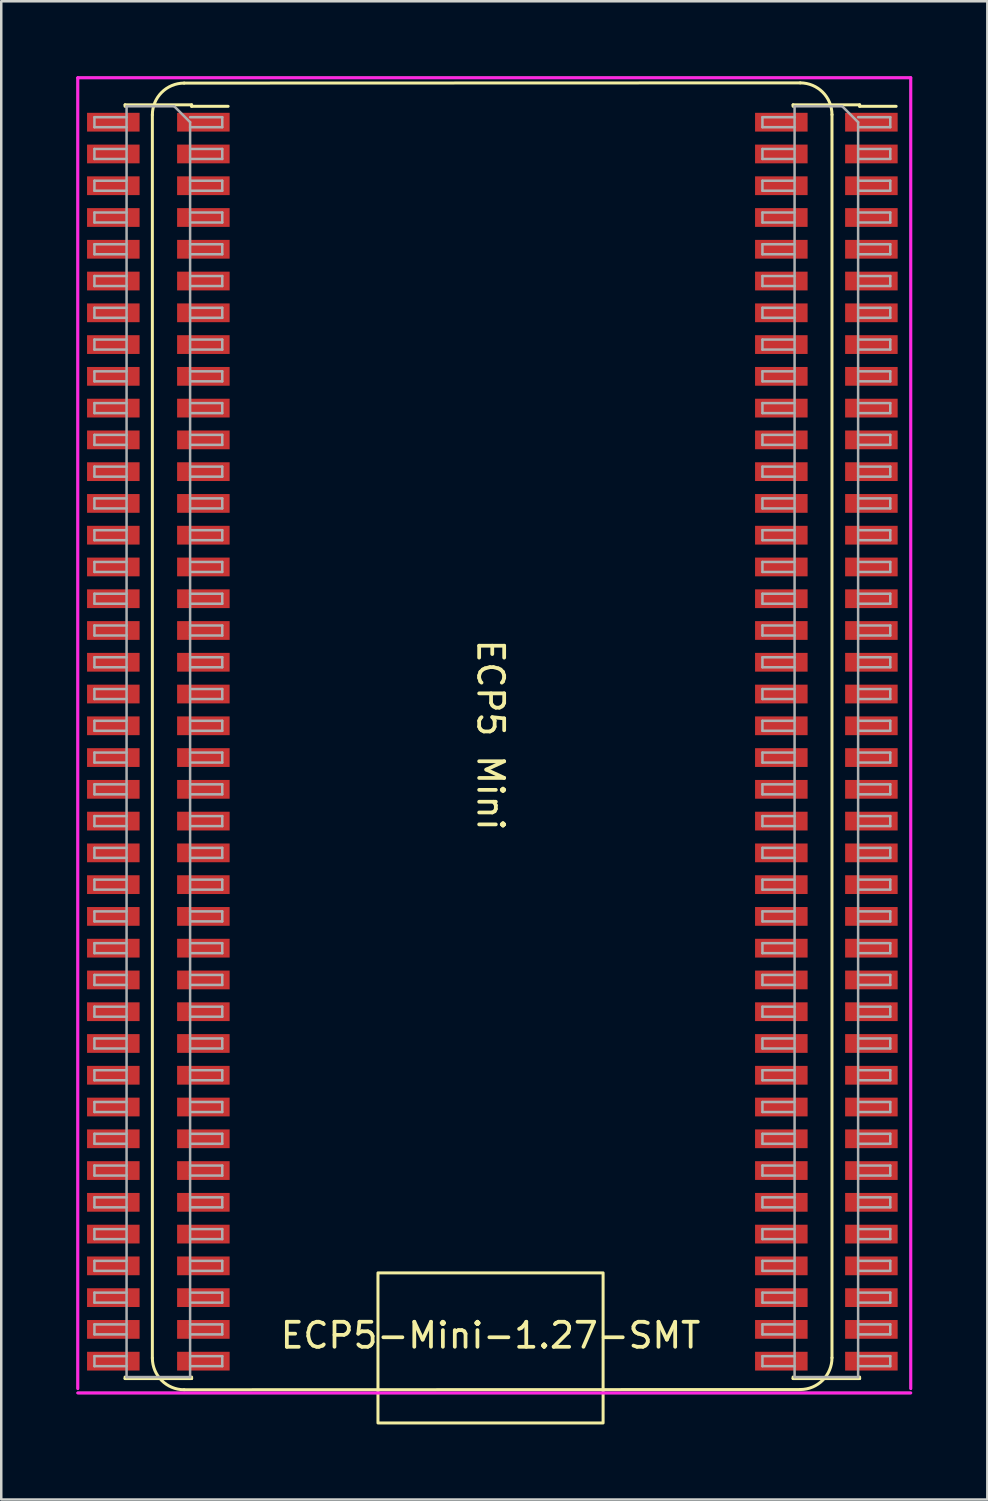
<source format=kicad_pcb>
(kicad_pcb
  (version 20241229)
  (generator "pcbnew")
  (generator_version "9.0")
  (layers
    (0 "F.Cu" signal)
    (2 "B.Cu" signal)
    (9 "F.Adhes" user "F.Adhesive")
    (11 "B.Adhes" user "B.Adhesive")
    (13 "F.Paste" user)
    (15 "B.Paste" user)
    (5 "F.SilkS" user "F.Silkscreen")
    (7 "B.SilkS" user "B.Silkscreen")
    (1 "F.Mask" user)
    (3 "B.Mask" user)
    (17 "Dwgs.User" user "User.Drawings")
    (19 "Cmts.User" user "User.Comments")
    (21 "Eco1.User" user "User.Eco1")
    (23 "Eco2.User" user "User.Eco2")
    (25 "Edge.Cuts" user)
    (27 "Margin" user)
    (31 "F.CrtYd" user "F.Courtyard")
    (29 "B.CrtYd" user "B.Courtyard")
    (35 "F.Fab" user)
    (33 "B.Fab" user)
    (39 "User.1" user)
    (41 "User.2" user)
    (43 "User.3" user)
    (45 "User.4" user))
  (footprint "ECP5-Mini-1.27-SMT"
    (layer "F.Cu")
    (at 16.56 26.335)
    (property "Reference" "ECP5-Mini-1.27-SMT" (at 0 24 0) (layer "F.SilkS") (effects (font (size 1 1) (thickness 0.15))))
    (attr through_hole)
    (fp_line (start -14.61 -25.195) (end -14.61 -25.135) (stroke (width 0.12) (type solid)) (layer "F.SilkS"))
    (fp_line (start -14.61 -25.195) (end -11.95 -25.195) (stroke (width 0.12) (type solid)) (layer "F.SilkS"))
    (fp_line (start -14.61 25.665) (end -14.61 25.725) (stroke (width 0.12) (type solid)) (layer "F.SilkS"))
    (fp_line (start -14.61 25.725) (end -11.95 25.725) (stroke (width 0.12) (type solid)) (layer "F.SilkS"))
    (fp_line (start -13.519 -24.793) (end -13.519 24.903) (stroke (width 0.12) (type solid)) (layer "F.SilkS"))
    (fp_line (start -12.249 -26.063) (end 12.38 -26.072) (stroke (width 0.12) (type solid)) (layer "F.SilkS"))
    (fp_line (start -11.95 -25.195) (end -11.95 -25.135) (stroke (width 0.12) (type solid)) (layer "F.SilkS"))
    (fp_line (start -11.95 -25.135) (end -10.49 -25.135) (stroke (width 0.12) (type solid)) (layer "F.SilkS"))
    (fp_line (start -11.95 25.665) (end -11.95 25.725) (stroke (width 0.12) (type solid)) (layer "F.SilkS"))
    (fp_line (start 12.095 -25.195) (end 12.095 -25.135) (stroke (width 0.12) (type solid)) (layer "F.SilkS"))
    (fp_line (start 12.095 -25.195) (end 14.755 -25.195) (stroke (width 0.12) (type solid)) (layer "F.SilkS"))
    (fp_line (start 12.095 25.665) (end 12.095 25.725) (stroke (width 0.12) (type solid)) (layer "F.SilkS"))
    (fp_line (start 12.095 25.725) (end 14.755 25.725) (stroke (width 0.12) (type solid)) (layer "F.SilkS"))
    (fp_line (start 12.38 26.164) (end -12.249 26.173) (stroke (width 0.12) (type solid)) (layer "F.SilkS"))
    (fp_line (start 13.65 24.894) (end 13.65 -24.802) (stroke (width 0.12) (type solid)) (layer "F.SilkS"))
    (fp_line (start 14.755 -25.195) (end 14.755 -25.135) (stroke (width 0.12) (type solid)) (layer "F.SilkS"))
    (fp_line (start 14.755 -25.135) (end 16.215 -25.135) (stroke (width 0.12) (type solid)) (layer "F.SilkS"))
    (fp_line (start 14.755 25.665) (end 14.755 25.725) (stroke (width 0.12) (type solid)) (layer "F.SilkS"))
    (fp_rect (start -4.5 21.5) (end 4.5 27.5) (stroke (width 0.12) (type solid)) (fill no) (layer "F.SilkS"))
    (fp_arc (start -13.519 -24.792948) (mid -13.147026 -25.690974) (end -12.249 -26.062948) (stroke (width 0.12) (type solid)) (layer "F.SilkS"))
    (fp_arc (start -12.249 26.173) (mid -13.147026 25.801026) (end -13.519 24.903) (stroke (width 0.12) (type solid)) (layer "F.SilkS"))
    (fp_arc (start 12.379974 -26.071974) (mid 13.278 -25.7) (end 13.649974 -24.801974) (stroke (width 0.12) (type solid)) (layer "F.SilkS"))
    (fp_arc (start 13.649974 24.893974) (mid 13.278 25.792) (end 12.379974 26.163974) (stroke (width 0.12) (type solid)) (layer "F.SilkS"))
    (fp_line (start -16.5 26.125) (end -16.5 -26.275) (stroke (width 0.12) (type solid)) (layer "F.CrtYd"))
    (fp_line (start 16.8 -26.275) (end -16.5 -26.275) (stroke (width 0.12) (type solid)) (layer "F.CrtYd"))
    (fp_line (start 16.8 -26.275) (end 16.8 26.125) (stroke (width 0.12) (type solid)) (layer "F.CrtYd"))
    (fp_line (start 16.8 26.3) (end -16.5 26.3) (stroke (width 0.12) (type solid)) (layer "F.CrtYd"))
    (fp_line (start -16.5 -26.275) (end -16.5 26.125) (stroke (width 0.1) (type solid)) (layer "F.Fab"))
    (fp_line (start -16.5 -26.275) (end 16.8 -26.275) (stroke (width 0.1) (type solid)) (layer "F.Fab"))
    (fp_line (start -16.5 26.3) (end 16.8 26.3) (stroke (width 0.1) (type solid)) (layer "F.Fab"))
    (fp_line (start -15.835 -24.7) (end -14.55 -24.7) (stroke (width 0.1) (type solid)) (layer "F.Fab"))
    (fp_line (start -15.835 -24.3) (end -15.835 -24.7) (stroke (width 0.1) (type solid)) (layer "F.Fab"))
    (fp_line (start -15.835 -23.43) (end -14.55 -23.43) (stroke (width 0.1) (type solid)) (layer "F.Fab"))
    (fp_line (start -15.835 -23.03) (end -15.835 -23.43) (stroke (width 0.1) (type solid)) (layer "F.Fab"))
    (fp_line (start -15.835 -22.16) (end -14.55 -22.16) (stroke (width 0.1) (type solid)) (layer "F.Fab"))
    (fp_line (start -15.835 -21.76) (end -15.835 -22.16) (stroke (width 0.1) (type solid)) (layer "F.Fab"))
    (fp_line (start -15.835 -20.89) (end -14.55 -20.89) (stroke (width 0.1) (type solid)) (layer "F.Fab"))
    (fp_line (start -15.835 -20.49) (end -15.835 -20.89) (stroke (width 0.1) (type solid)) (layer "F.Fab"))
    (fp_line (start -15.835 -19.62) (end -14.55 -19.62) (stroke (width 0.1) (type solid)) (layer "F.Fab"))
    (fp_line (start -15.835 -19.22) (end -15.835 -19.62) (stroke (width 0.1) (type solid)) (layer "F.Fab"))
    (fp_line (start -15.835 -18.35) (end -14.55 -18.35) (stroke (width 0.1) (type solid)) (layer "F.Fab"))
    (fp_line (start -15.835 -17.95) (end -15.835 -18.35) (stroke (width 0.1) (type solid)) (layer "F.Fab"))
    (fp_line (start -15.835 -17.08) (end -14.55 -17.08) (stroke (width 0.1) (type solid)) (layer "F.Fab"))
    (fp_line (start -15.835 -16.68) (end -15.835 -17.08) (stroke (width 0.1) (type solid)) (layer "F.Fab"))
    (fp_line (start -15.835 -15.81) (end -14.55 -15.81) (stroke (width 0.1) (type solid)) (layer "F.Fab"))
    (fp_line (start -15.835 -15.41) (end -15.835 -15.81) (stroke (width 0.1) (type solid)) (layer "F.Fab"))
    (fp_line (start -15.835 -14.54) (end -14.55 -14.54) (stroke (width 0.1) (type solid)) (layer "F.Fab"))
    (fp_line (start -15.835 -14.14) (end -15.835 -14.54) (stroke (width 0.1) (type solid)) (layer "F.Fab"))
    (fp_line (start -15.835 -13.27) (end -14.55 -13.27) (stroke (width 0.1) (type solid)) (layer "F.Fab"))
    (fp_line (start -15.835 -12.87) (end -15.835 -13.27) (stroke (width 0.1) (type solid)) (layer "F.Fab"))
    (fp_line (start -15.835 -12) (end -14.55 -12) (stroke (width 0.1) (type solid)) (layer "F.Fab"))
    (fp_line (start -15.835 -11.6) (end -15.835 -12) (stroke (width 0.1) (type solid)) (layer "F.Fab"))
    (fp_line (start -15.835 -10.73) (end -14.55 -10.73) (stroke (width 0.1) (type solid)) (layer "F.Fab"))
    (fp_line (start -15.835 -10.33) (end -15.835 -10.73) (stroke (width 0.1) (type solid)) (layer "F.Fab"))
    (fp_line (start -15.835 -9.46) (end -14.55 -9.46) (stroke (width 0.1) (type solid)) (layer "F.Fab"))
    (fp_line (start -15.835 -9.06) (end -15.835 -9.46) (stroke (width 0.1) (type solid)) (layer "F.Fab"))
    (fp_line (start -15.835 -8.19) (end -14.55 -8.19) (stroke (width 0.1) (type solid)) (layer "F.Fab"))
    (fp_line (start -15.835 -7.79) (end -15.835 -8.19) (stroke (width 0.1) (type solid)) (layer "F.Fab"))
    (fp_line (start -15.835 -6.92) (end -14.55 -6.92) (stroke (width 0.1) (type solid)) (layer "F.Fab"))
    (fp_line (start -15.835 -6.52) (end -15.835 -6.92) (stroke (width 0.1) (type solid)) (layer "F.Fab"))
    (fp_line (start -15.835 -5.65) (end -14.55 -5.65) (stroke (width 0.1) (type solid)) (layer "F.Fab"))
    (fp_line (start -15.835 -5.25) (end -15.835 -5.65) (stroke (width 0.1) (type solid)) (layer "F.Fab"))
    (fp_line (start -15.835 -4.38) (end -14.55 -4.38) (stroke (width 0.1) (type solid)) (layer "F.Fab"))
    (fp_line (start -15.835 -3.98) (end -15.835 -4.38) (stroke (width 0.1) (type solid)) (layer "F.Fab"))
    (fp_line (start -15.835 -3.11) (end -14.55 -3.11) (stroke (width 0.1) (type solid)) (layer "F.Fab"))
    (fp_line (start -15.835 -2.71) (end -15.835 -3.11) (stroke (width 0.1) (type solid)) (layer "F.Fab"))
    (fp_line (start -15.835 -1.84) (end -14.55 -1.84) (stroke (width 0.1) (type solid)) (layer "F.Fab"))
    (fp_line (start -15.835 -1.44) (end -15.835 -1.84) (stroke (width 0.1) (type solid)) (layer "F.Fab"))
    (fp_line (start -15.835 -0.57) (end -14.55 -0.57) (stroke (width 0.1) (type solid)) (layer "F.Fab"))
    (fp_line (start -15.835 -0.17) (end -15.835 -0.57) (stroke (width 0.1) (type solid)) (layer "F.Fab"))
    (fp_line (start -15.835 0.7) (end -14.55 0.7) (stroke (width 0.1) (type solid)) (layer "F.Fab"))
    (fp_line (start -15.835 1.1) (end -15.835 0.7) (stroke (width 0.1) (type solid)) (layer "F.Fab"))
    (fp_line (start -15.835 1.97) (end -14.55 1.97) (stroke (width 0.1) (type solid)) (layer "F.Fab"))
    (fp_line (start -15.835 2.37) (end -15.835 1.97) (stroke (width 0.1) (type solid)) (layer "F.Fab"))
    (fp_line (start -15.835 3.24) (end -14.55 3.24) (stroke (width 0.1) (type solid)) (layer "F.Fab"))
    (fp_line (start -15.835 3.64) (end -15.835 3.24) (stroke (width 0.1) (type solid)) (layer "F.Fab"))
    (fp_line (start -15.835 4.51) (end -14.55 4.51) (stroke (width 0.1) (type solid)) (layer "F.Fab"))
    (fp_line (start -15.835 4.91) (end -15.835 4.51) (stroke (width 0.1) (type solid)) (layer "F.Fab"))
    (fp_line (start -15.835 5.78) (end -14.55 5.78) (stroke (width 0.1) (type solid)) (layer "F.Fab"))
    (fp_line (start -15.835 6.18) (end -15.835 5.78) (stroke (width 0.1) (type solid)) (layer "F.Fab"))
    (fp_line (start -15.835 7.05) (end -14.55 7.05) (stroke (width 0.1) (type solid)) (layer "F.Fab"))
    (fp_line (start -15.835 7.45) (end -15.835 7.05) (stroke (width 0.1) (type solid)) (layer "F.Fab"))
    (fp_line (start -15.835 8.32) (end -14.55 8.32) (stroke (width 0.1) (type solid)) (layer "F.Fab"))
    (fp_line (start -15.835 8.72) (end -15.835 8.32) (stroke (width 0.1) (type solid)) (layer "F.Fab"))
    (fp_line (start -15.835 9.59) (end -14.55 9.59) (stroke (width 0.1) (type solid)) (layer "F.Fab"))
    (fp_line (start -15.835 9.99) (end -15.835 9.59) (stroke (width 0.1) (type solid)) (layer "F.Fab"))
    (fp_line (start -15.835 10.86) (end -14.55 10.86) (stroke (width 0.1) (type solid)) (layer "F.Fab"))
    (fp_line (start -15.835 11.26) (end -15.835 10.86) (stroke (width 0.1) (type solid)) (layer "F.Fab"))
    (fp_line (start -15.835 12.13) (end -14.55 12.13) (stroke (width 0.1) (type solid)) (layer "F.Fab"))
    (fp_line (start -15.835 12.53) (end -15.835 12.13) (stroke (width 0.1) (type solid)) (layer "F.Fab"))
    (fp_line (start -15.835 13.4) (end -14.55 13.4) (stroke (width 0.1) (type solid)) (layer "F.Fab"))
    (fp_line (start -15.835 13.8) (end -15.835 13.4) (stroke (width 0.1) (type solid)) (layer "F.Fab"))
    (fp_line (start -15.835 14.67) (end -14.55 14.67) (stroke (width 0.1) (type solid)) (layer "F.Fab"))
    (fp_line (start -15.835 15.07) (end -15.835 14.67) (stroke (width 0.1) (type solid)) (layer "F.Fab"))
    (fp_line (start -15.835 15.94) (end -14.55 15.94) (stroke (width 0.1) (type solid)) (layer "F.Fab"))
    (fp_line (start -15.835 16.34) (end -15.835 15.94) (stroke (width 0.1) (type solid)) (layer "F.Fab"))
    (fp_line (start -15.835 17.21) (end -14.55 17.21) (stroke (width 0.1) (type solid)) (layer "F.Fab"))
    (fp_line (start -15.835 17.61) (end -15.835 17.21) (stroke (width 0.1) (type solid)) (layer "F.Fab"))
    (fp_line (start -15.835 18.48) (end -14.55 18.48) (stroke (width 0.1) (type solid)) (layer "F.Fab"))
    (fp_line (start -15.835 18.88) (end -15.835 18.48) (stroke (width 0.1) (type solid)) (layer "F.Fab"))
    (fp_line (start -15.835 19.75) (end -14.55 19.75) (stroke (width 0.1) (type solid)) (layer "F.Fab"))
    (fp_line (start -15.835 20.15) (end -15.835 19.75) (stroke (width 0.1) (type solid)) (layer "F.Fab"))
    (fp_line (start -15.835 21.02) (end -14.55 21.02) (stroke (width 0.1) (type solid)) (layer "F.Fab"))
    (fp_line (start -15.835 21.42) (end -15.835 21.02) (stroke (width 0.1) (type solid)) (layer "F.Fab"))
    (fp_line (start -15.835 22.29) (end -14.55 22.29) (stroke (width 0.1) (type solid)) (layer "F.Fab"))
    (fp_line (start -15.835 22.69) (end -15.835 22.29) (stroke (width 0.1) (type solid)) (layer "F.Fab"))
    (fp_line (start -15.835 23.56) (end -14.55 23.56) (stroke (width 0.1) (type solid)) (layer "F.Fab"))
    (fp_line (start -15.835 23.96) (end -15.835 23.56) (stroke (width 0.1) (type solid)) (layer "F.Fab"))
    (fp_line (start -15.835 24.83) (end -14.55 24.83) (stroke (width 0.1) (type solid)) (layer "F.Fab"))
    (fp_line (start -15.835 25.23) (end -15.835 24.83) (stroke (width 0.1) (type solid)) (layer "F.Fab"))
    (fp_line (start -14.55 -25.135) (end -12.645 -25.135) (stroke (width 0.1) (type solid)) (layer "F.Fab"))
    (fp_line (start -14.55 -24.3) (end -15.835 -24.3) (stroke (width 0.1) (type solid)) (layer "F.Fab"))
    (fp_line (start -14.55 -23.03) (end -15.835 -23.03) (stroke (width 0.1) (type solid)) (layer "F.Fab"))
    (fp_line (start -14.55 -21.76) (end -15.835 -21.76) (stroke (width 0.1) (type solid)) (layer "F.Fab"))
    (fp_line (start -14.55 -20.49) (end -15.835 -20.49) (stroke (width 0.1) (type solid)) (layer "F.Fab"))
    (fp_line (start -14.55 -19.22) (end -15.835 -19.22) (stroke (width 0.1) (type solid)) (layer "F.Fab"))
    (fp_line (start -14.55 -17.95) (end -15.835 -17.95) (stroke (width 0.1) (type solid)) (layer "F.Fab"))
    (fp_line (start -14.55 -16.68) (end -15.835 -16.68) (stroke (width 0.1) (type solid)) (layer "F.Fab"))
    (fp_line (start -14.55 -15.41) (end -15.835 -15.41) (stroke (width 0.1) (type solid)) (layer "F.Fab"))
    (fp_line (start -14.55 -14.14) (end -15.835 -14.14) (stroke (width 0.1) (type solid)) (layer "F.Fab"))
    (fp_line (start -14.55 -12.87) (end -15.835 -12.87) (stroke (width 0.1) (type solid)) (layer "F.Fab"))
    (fp_line (start -14.55 -11.6) (end -15.835 -11.6) (stroke (width 0.1) (type solid)) (layer "F.Fab"))
    (fp_line (start -14.55 -10.33) (end -15.835 -10.33) (stroke (width 0.1) (type solid)) (layer "F.Fab"))
    (fp_line (start -14.55 -9.06) (end -15.835 -9.06) (stroke (width 0.1) (type solid)) (layer "F.Fab"))
    (fp_line (start -14.55 -7.79) (end -15.835 -7.79) (stroke (width 0.1) (type solid)) (layer "F.Fab"))
    (fp_line (start -14.55 -6.52) (end -15.835 -6.52) (stroke (width 0.1) (type solid)) (layer "F.Fab"))
    (fp_line (start -14.55 -5.25) (end -15.835 -5.25) (stroke (width 0.1) (type solid)) (layer "F.Fab"))
    (fp_line (start -14.55 -3.98) (end -15.835 -3.98) (stroke (width 0.1) (type solid)) (layer "F.Fab"))
    (fp_line (start -14.55 -2.71) (end -15.835 -2.71) (stroke (width 0.1) (type solid)) (layer "F.Fab"))
    (fp_line (start -14.55 -1.44) (end -15.835 -1.44) (stroke (width 0.1) (type solid)) (layer "F.Fab"))
    (fp_line (start -14.55 -0.17) (end -15.835 -0.17) (stroke (width 0.1) (type solid)) (layer "F.Fab"))
    (fp_line (start -14.55 1.1) (end -15.835 1.1) (stroke (width 0.1) (type solid)) (layer "F.Fab"))
    (fp_line (start -14.55 2.37) (end -15.835 2.37) (stroke (width 0.1) (type solid)) (layer "F.Fab"))
    (fp_line (start -14.55 3.64) (end -15.835 3.64) (stroke (width 0.1) (type solid)) (layer "F.Fab"))
    (fp_line (start -14.55 4.91) (end -15.835 4.91) (stroke (width 0.1) (type solid)) (layer "F.Fab"))
    (fp_line (start -14.55 6.18) (end -15.835 6.18) (stroke (width 0.1) (type solid)) (layer "F.Fab"))
    (fp_line (start -14.55 7.45) (end -15.835 7.45) (stroke (width 0.1) (type solid)) (layer "F.Fab"))
    (fp_line (start -14.55 8.72) (end -15.835 8.72) (stroke (width 0.1) (type solid)) (layer "F.Fab"))
    (fp_line (start -14.55 9.99) (end -15.835 9.99) (stroke (width 0.1) (type solid)) (layer "F.Fab"))
    (fp_line (start -14.55 11.26) (end -15.835 11.26) (stroke (width 0.1) (type solid)) (layer "F.Fab"))
    (fp_line (start -14.55 12.53) (end -15.835 12.53) (stroke (width 0.1) (type solid)) (layer "F.Fab"))
    (fp_line (start -14.55 13.8) (end -15.835 13.8) (stroke (width 0.1) (type solid)) (layer "F.Fab"))
    (fp_line (start -14.55 15.07) (end -15.835 15.07) (stroke (width 0.1) (type solid)) (layer "F.Fab"))
    (fp_line (start -14.55 16.34) (end -15.835 16.34) (stroke (width 0.1) (type solid)) (layer "F.Fab"))
    (fp_line (start -14.55 17.61) (end -15.835 17.61) (stroke (width 0.1) (type solid)) (layer "F.Fab"))
    (fp_line (start -14.55 18.88) (end -15.835 18.88) (stroke (width 0.1) (type solid)) (layer "F.Fab"))
    (fp_line (start -14.55 20.15) (end -15.835 20.15) (stroke (width 0.1) (type solid)) (layer "F.Fab"))
    (fp_line (start -14.55 21.42) (end -15.835 21.42) (stroke (width 0.1) (type solid)) (layer "F.Fab"))
    (fp_line (start -14.55 22.69) (end -15.835 22.69) (stroke (width 0.1) (type solid)) (layer "F.Fab"))
    (fp_line (start -14.55 23.96) (end -15.835 23.96) (stroke (width 0.1) (type solid)) (layer "F.Fab"))
    (fp_line (start -14.55 25.23) (end -15.835 25.23) (stroke (width 0.1) (type solid)) (layer "F.Fab"))
    (fp_line (start -14.55 25.665) (end -14.55 -25.135) (stroke (width 0.1) (type solid)) (layer "F.Fab"))
    (fp_line (start -12.645 -25.135) (end -12.01 -24.5) (stroke (width 0.1) (type solid)) (layer "F.Fab"))
    (fp_line (start -12.01 -24.7) (end -10.725 -24.7) (stroke (width 0.1) (type solid)) (layer "F.Fab"))
    (fp_line (start -12.01 -24.5) (end -12.01 25.665) (stroke (width 0.1) (type solid)) (layer "F.Fab"))
    (fp_line (start -12.01 -23.43) (end -10.725 -23.43) (stroke (width 0.1) (type solid)) (layer "F.Fab"))
    (fp_line (start -12.01 -22.16) (end -10.725 -22.16) (stroke (width 0.1) (type solid)) (layer "F.Fab"))
    (fp_line (start -12.01 -20.89) (end -10.725 -20.89) (stroke (width 0.1) (type solid)) (layer "F.Fab"))
    (fp_line (start -12.01 -19.62) (end -10.725 -19.62) (stroke (width 0.1) (type solid)) (layer "F.Fab"))
    (fp_line (start -12.01 -18.35) (end -10.725 -18.35) (stroke (width 0.1) (type solid)) (layer "F.Fab"))
    (fp_line (start -12.01 -17.08) (end -10.725 -17.08) (stroke (width 0.1) (type solid)) (layer "F.Fab"))
    (fp_line (start -12.01 -15.81) (end -10.725 -15.81) (stroke (width 0.1) (type solid)) (layer "F.Fab"))
    (fp_line (start -12.01 -14.54) (end -10.725 -14.54) (stroke (width 0.1) (type solid)) (layer "F.Fab"))
    (fp_line (start -12.01 -13.27) (end -10.725 -13.27) (stroke (width 0.1) (type solid)) (layer "F.Fab"))
    (fp_line (start -12.01 -12) (end -10.725 -12) (stroke (width 0.1) (type solid)) (layer "F.Fab"))
    (fp_line (start -12.01 -10.73) (end -10.725 -10.73) (stroke (width 0.1) (type solid)) (layer "F.Fab"))
    (fp_line (start -12.01 -9.46) (end -10.725 -9.46) (stroke (width 0.1) (type solid)) (layer "F.Fab"))
    (fp_line (start -12.01 -8.19) (end -10.725 -8.19) (stroke (width 0.1) (type solid)) (layer "F.Fab"))
    (fp_line (start -12.01 -6.92) (end -10.725 -6.92) (stroke (width 0.1) (type solid)) (layer "F.Fab"))
    (fp_line (start -12.01 -5.65) (end -10.725 -5.65) (stroke (width 0.1) (type solid)) (layer "F.Fab"))
    (fp_line (start -12.01 -4.38) (end -10.725 -4.38) (stroke (width 0.1) (type solid)) (layer "F.Fab"))
    (fp_line (start -12.01 -3.11) (end -10.725 -3.11) (stroke (width 0.1) (type solid)) (layer "F.Fab"))
    (fp_line (start -12.01 -1.84) (end -10.725 -1.84) (stroke (width 0.1) (type solid)) (layer "F.Fab"))
    (fp_line (start -12.01 -0.57) (end -10.725 -0.57) (stroke (width 0.1) (type solid)) (layer "F.Fab"))
    (fp_line (start -12.01 0.7) (end -10.725 0.7) (stroke (width 0.1) (type solid)) (layer "F.Fab"))
    (fp_line (start -12.01 1.97) (end -10.725 1.97) (stroke (width 0.1) (type solid)) (layer "F.Fab"))
    (fp_line (start -12.01 3.24) (end -10.725 3.24) (stroke (width 0.1) (type solid)) (layer "F.Fab"))
    (fp_line (start -12.01 4.51) (end -10.725 4.51) (stroke (width 0.1) (type solid)) (layer "F.Fab"))
    (fp_line (start -12.01 5.78) (end -10.725 5.78) (stroke (width 0.1) (type solid)) (layer "F.Fab"))
    (fp_line (start -12.01 7.05) (end -10.725 7.05) (stroke (width 0.1) (type solid)) (layer "F.Fab"))
    (fp_line (start -12.01 8.32) (end -10.725 8.32) (stroke (width 0.1) (type solid)) (layer "F.Fab"))
    (fp_line (start -12.01 9.59) (end -10.725 9.59) (stroke (width 0.1) (type solid)) (layer "F.Fab"))
    (fp_line (start -12.01 10.86) (end -10.725 10.86) (stroke (width 0.1) (type solid)) (layer "F.Fab"))
    (fp_line (start -12.01 12.13) (end -10.725 12.13) (stroke (width 0.1) (type solid)) (layer "F.Fab"))
    (fp_line (start -12.01 13.4) (end -10.725 13.4) (stroke (width 0.1) (type solid)) (layer "F.Fab"))
    (fp_line (start -12.01 14.67) (end -10.725 14.67) (stroke (width 0.1) (type solid)) (layer "F.Fab"))
    (fp_line (start -12.01 15.94) (end -10.725 15.94) (stroke (width 0.1) (type solid)) (layer "F.Fab"))
    (fp_line (start -12.01 17.21) (end -10.725 17.21) (stroke (width 0.1) (type solid)) (layer "F.Fab"))
    (fp_line (start -12.01 18.48) (end -10.725 18.48) (stroke (width 0.1) (type solid)) (layer "F.Fab"))
    (fp_line (start -12.01 19.75) (end -10.725 19.75) (stroke (width 0.1) (type solid)) (layer "F.Fab"))
    (fp_line (start -12.01 21.02) (end -10.725 21.02) (stroke (width 0.1) (type solid)) (layer "F.Fab"))
    (fp_line (start -12.01 22.29) (end -10.725 22.29) (stroke (width 0.1) (type solid)) (layer "F.Fab"))
    (fp_line (start -12.01 23.56) (end -10.725 23.56) (stroke (width 0.1) (type solid)) (layer "F.Fab"))
    (fp_line (start -12.01 24.83) (end -10.725 24.83) (stroke (width 0.1) (type solid)) (layer "F.Fab"))
    (fp_line (start -12.01 25.665) (end -14.55 25.665) (stroke (width 0.1) (type solid)) (layer "F.Fab"))
    (fp_line (start -10.725 -24.7) (end -10.725 -24.3) (stroke (width 0.1) (type solid)) (layer "F.Fab"))
    (fp_line (start -10.725 -24.3) (end -12.01 -24.3) (stroke (width 0.1) (type solid)) (layer "F.Fab"))
    (fp_line (start -10.725 -23.43) (end -10.725 -23.03) (stroke (width 0.1) (type solid)) (layer "F.Fab"))
    (fp_line (start -10.725 -23.03) (end -12.01 -23.03) (stroke (width 0.1) (type solid)) (layer "F.Fab"))
    (fp_line (start -10.725 -22.16) (end -10.725 -21.76) (stroke (width 0.1) (type solid)) (layer "F.Fab"))
    (fp_line (start -10.725 -21.76) (end -12.01 -21.76) (stroke (width 0.1) (type solid)) (layer "F.Fab"))
    (fp_line (start -10.725 -20.89) (end -10.725 -20.49) (stroke (width 0.1) (type solid)) (layer "F.Fab"))
    (fp_line (start -10.725 -20.49) (end -12.01 -20.49) (stroke (width 0.1) (type solid)) (layer "F.Fab"))
    (fp_line (start -10.725 -19.62) (end -10.725 -19.22) (stroke (width 0.1) (type solid)) (layer "F.Fab"))
    (fp_line (start -10.725 -19.22) (end -12.01 -19.22) (stroke (width 0.1) (type solid)) (layer "F.Fab"))
    (fp_line (start -10.725 -18.35) (end -10.725 -17.95) (stroke (width 0.1) (type solid)) (layer "F.Fab"))
    (fp_line (start -10.725 -17.95) (end -12.01 -17.95) (stroke (width 0.1) (type solid)) (layer "F.Fab"))
    (fp_line (start -10.725 -17.08) (end -10.725 -16.68) (stroke (width 0.1) (type solid)) (layer "F.Fab"))
    (fp_line (start -10.725 -16.68) (end -12.01 -16.68) (stroke (width 0.1) (type solid)) (layer "F.Fab"))
    (fp_line (start -10.725 -15.81) (end -10.725 -15.41) (stroke (width 0.1) (type solid)) (layer "F.Fab"))
    (fp_line (start -10.725 -15.41) (end -12.01 -15.41) (stroke (width 0.1) (type solid)) (layer "F.Fab"))
    (fp_line (start -10.725 -14.54) (end -10.725 -14.14) (stroke (width 0.1) (type solid)) (layer "F.Fab"))
    (fp_line (start -10.725 -14.14) (end -12.01 -14.14) (stroke (width 0.1) (type solid)) (layer "F.Fab"))
    (fp_line (start -10.725 -13.27) (end -10.725 -12.87) (stroke (width 0.1) (type solid)) (layer "F.Fab"))
    (fp_line (start -10.725 -12.87) (end -12.01 -12.87) (stroke (width 0.1) (type solid)) (layer "F.Fab"))
    (fp_line (start -10.725 -12) (end -10.725 -11.6) (stroke (width 0.1) (type solid)) (layer "F.Fab"))
    (fp_line (start -10.725 -11.6) (end -12.01 -11.6) (stroke (width 0.1) (type solid)) (layer "F.Fab"))
    (fp_line (start -10.725 -10.73) (end -10.725 -10.33) (stroke (width 0.1) (type solid)) (layer "F.Fab"))
    (fp_line (start -10.725 -10.33) (end -12.01 -10.33) (stroke (width 0.1) (type solid)) (layer "F.Fab"))
    (fp_line (start -10.725 -9.46) (end -10.725 -9.06) (stroke (width 0.1) (type solid)) (layer "F.Fab"))
    (fp_line (start -10.725 -9.06) (end -12.01 -9.06) (stroke (width 0.1) (type solid)) (layer "F.Fab"))
    (fp_line (start -10.725 -8.19) (end -10.725 -7.79) (stroke (width 0.1) (type solid)) (layer "F.Fab"))
    (fp_line (start -10.725 -7.79) (end -12.01 -7.79) (stroke (width 0.1) (type solid)) (layer "F.Fab"))
    (fp_line (start -10.725 -6.92) (end -10.725 -6.52) (stroke (width 0.1) (type solid)) (layer "F.Fab"))
    (fp_line (start -10.725 -6.52) (end -12.01 -6.52) (stroke (width 0.1) (type solid)) (layer "F.Fab"))
    (fp_line (start -10.725 -5.65) (end -10.725 -5.25) (stroke (width 0.1) (type solid)) (layer "F.Fab"))
    (fp_line (start -10.725 -5.25) (end -12.01 -5.25) (stroke (width 0.1) (type solid)) (layer "F.Fab"))
    (fp_line (start -10.725 -4.38) (end -10.725 -3.98) (stroke (width 0.1) (type solid)) (layer "F.Fab"))
    (fp_line (start -10.725 -3.98) (end -12.01 -3.98) (stroke (width 0.1) (type solid)) (layer "F.Fab"))
    (fp_line (start -10.725 -3.11) (end -10.725 -2.71) (stroke (width 0.1) (type solid)) (layer "F.Fab"))
    (fp_line (start -10.725 -2.71) (end -12.01 -2.71) (stroke (width 0.1) (type solid)) (layer "F.Fab"))
    (fp_line (start -10.725 -1.84) (end -10.725 -1.44) (stroke (width 0.1) (type solid)) (layer "F.Fab"))
    (fp_line (start -10.725 -1.44) (end -12.01 -1.44) (stroke (width 0.1) (type solid)) (layer "F.Fab"))
    (fp_line (start -10.725 -0.57) (end -10.725 -0.17) (stroke (width 0.1) (type solid)) (layer "F.Fab"))
    (fp_line (start -10.725 -0.17) (end -12.01 -0.17) (stroke (width 0.1) (type solid)) (layer "F.Fab"))
    (fp_line (start -10.725 0.7) (end -10.725 1.1) (stroke (width 0.1) (type solid)) (layer "F.Fab"))
    (fp_line (start -10.725 1.1) (end -12.01 1.1) (stroke (width 0.1) (type solid)) (layer "F.Fab"))
    (fp_line (start -10.725 1.97) (end -10.725 2.37) (stroke (width 0.1) (type solid)) (layer "F.Fab"))
    (fp_line (start -10.725 2.37) (end -12.01 2.37) (stroke (width 0.1) (type solid)) (layer "F.Fab"))
    (fp_line (start -10.725 3.24) (end -10.725 3.64) (stroke (width 0.1) (type solid)) (layer "F.Fab"))
    (fp_line (start -10.725 3.64) (end -12.01 3.64) (stroke (width 0.1) (type solid)) (layer "F.Fab"))
    (fp_line (start -10.725 4.51) (end -10.725 4.91) (stroke (width 0.1) (type solid)) (layer "F.Fab"))
    (fp_line (start -10.725 4.91) (end -12.01 4.91) (stroke (width 0.1) (type solid)) (layer "F.Fab"))
    (fp_line (start -10.725 5.78) (end -10.725 6.18) (stroke (width 0.1) (type solid)) (layer "F.Fab"))
    (fp_line (start -10.725 6.18) (end -12.01 6.18) (stroke (width 0.1) (type solid)) (layer "F.Fab"))
    (fp_line (start -10.725 7.05) (end -10.725 7.45) (stroke (width 0.1) (type solid)) (layer "F.Fab"))
    (fp_line (start -10.725 7.45) (end -12.01 7.45) (stroke (width 0.1) (type solid)) (layer "F.Fab"))
    (fp_line (start -10.725 8.32) (end -10.725 8.72) (stroke (width 0.1) (type solid)) (layer "F.Fab"))
    (fp_line (start -10.725 8.72) (end -12.01 8.72) (stroke (width 0.1) (type solid)) (layer "F.Fab"))
    (fp_line (start -10.725 9.59) (end -10.725 9.99) (stroke (width 0.1) (type solid)) (layer "F.Fab"))
    (fp_line (start -10.725 9.99) (end -12.01 9.99) (stroke (width 0.1) (type solid)) (layer "F.Fab"))
    (fp_line (start -10.725 10.86) (end -10.725 11.26) (stroke (width 0.1) (type solid)) (layer "F.Fab"))
    (fp_line (start -10.725 11.26) (end -12.01 11.26) (stroke (width 0.1) (type solid)) (layer "F.Fab"))
    (fp_line (start -10.725 12.13) (end -10.725 12.53) (stroke (width 0.1) (type solid)) (layer "F.Fab"))
    (fp_line (start -10.725 12.53) (end -12.01 12.53) (stroke (width 0.1) (type solid)) (layer "F.Fab"))
    (fp_line (start -10.725 13.4) (end -10.725 13.8) (stroke (width 0.1) (type solid)) (layer "F.Fab"))
    (fp_line (start -10.725 13.8) (end -12.01 13.8) (stroke (width 0.1) (type solid)) (layer "F.Fab"))
    (fp_line (start -10.725 14.67) (end -10.725 15.07) (stroke (width 0.1) (type solid)) (layer "F.Fab"))
    (fp_line (start -10.725 15.07) (end -12.01 15.07) (stroke (width 0.1) (type solid)) (layer "F.Fab"))
    (fp_line (start -10.725 15.94) (end -10.725 16.34) (stroke (width 0.1) (type solid)) (layer "F.Fab"))
    (fp_line (start -10.725 16.34) (end -12.01 16.34) (stroke (width 0.1) (type solid)) (layer "F.Fab"))
    (fp_line (start -10.725 17.21) (end -10.725 17.61) (stroke (width 0.1) (type solid)) (layer "F.Fab"))
    (fp_line (start -10.725 17.61) (end -12.01 17.61) (stroke (width 0.1) (type solid)) (layer "F.Fab"))
    (fp_line (start -10.725 18.48) (end -10.725 18.88) (stroke (width 0.1) (type solid)) (layer "F.Fab"))
    (fp_line (start -10.725 18.88) (end -12.01 18.88) (stroke (width 0.1) (type solid)) (layer "F.Fab"))
    (fp_line (start -10.725 19.75) (end -10.725 20.15) (stroke (width 0.1) (type solid)) (layer "F.Fab"))
    (fp_line (start -10.725 20.15) (end -12.01 20.15) (stroke (width 0.1) (type solid)) (layer "F.Fab"))
    (fp_line (start -10.725 21.02) (end -10.725 21.42) (stroke (width 0.1) (type solid)) (layer "F.Fab"))
    (fp_line (start -10.725 21.42) (end -12.01 21.42) (stroke (width 0.1) (type solid)) (layer "F.Fab"))
    (fp_line (start -10.725 22.29) (end -10.725 22.69) (stroke (width 0.1) (type solid)) (layer "F.Fab"))
    (fp_line (start -10.725 22.69) (end -12.01 22.69) (stroke (width 0.1) (type solid)) (layer "F.Fab"))
    (fp_line (start -10.725 23.56) (end -10.725 23.96) (stroke (width 0.1) (type solid)) (layer "F.Fab"))
    (fp_line (start -10.725 23.96) (end -12.01 23.96) (stroke (width 0.1) (type solid)) (layer "F.Fab"))
    (fp_line (start -10.725 24.83) (end -10.725 25.23) (stroke (width 0.1) (type solid)) (layer "F.Fab"))
    (fp_line (start -10.725 25.23) (end -12.01 25.23) (stroke (width 0.1) (type solid)) (layer "F.Fab"))
    (fp_line (start 10.87 -24.7) (end 12.155 -24.7) (stroke (width 0.1) (type solid)) (layer "F.Fab"))
    (fp_line (start 10.87 -24.3) (end 10.87 -24.7) (stroke (width 0.1) (type solid)) (layer "F.Fab"))
    (fp_line (start 10.87 -23.43) (end 12.155 -23.43) (stroke (width 0.1) (type solid)) (layer "F.Fab"))
    (fp_line (start 10.87 -23.03) (end 10.87 -23.43) (stroke (width 0.1) (type solid)) (layer "F.Fab"))
    (fp_line (start 10.87 -22.16) (end 12.155 -22.16) (stroke (width 0.1) (type solid)) (layer "F.Fab"))
    (fp_line (start 10.87 -21.76) (end 10.87 -22.16) (stroke (width 0.1) (type solid)) (layer "F.Fab"))
    (fp_line (start 10.87 -20.89) (end 12.155 -20.89) (stroke (width 0.1) (type solid)) (layer "F.Fab"))
    (fp_line (start 10.87 -20.49) (end 10.87 -20.89) (stroke (width 0.1) (type solid)) (layer "F.Fab"))
    (fp_line (start 10.87 -19.62) (end 12.155 -19.62) (stroke (width 0.1) (type solid)) (layer "F.Fab"))
    (fp_line (start 10.87 -19.22) (end 10.87 -19.62) (stroke (width 0.1) (type solid)) (layer "F.Fab"))
    (fp_line (start 10.87 -18.35) (end 12.155 -18.35) (stroke (width 0.1) (type solid)) (layer "F.Fab"))
    (fp_line (start 10.87 -17.95) (end 10.87 -18.35) (stroke (width 0.1) (type solid)) (layer "F.Fab"))
    (fp_line (start 10.87 -17.08) (end 12.155 -17.08) (stroke (width 0.1) (type solid)) (layer "F.Fab"))
    (fp_line (start 10.87 -16.68) (end 10.87 -17.08) (stroke (width 0.1) (type solid)) (layer "F.Fab"))
    (fp_line (start 10.87 -15.81) (end 12.155 -15.81) (stroke (width 0.1) (type solid)) (layer "F.Fab"))
    (fp_line (start 10.87 -15.41) (end 10.87 -15.81) (stroke (width 0.1) (type solid)) (layer "F.Fab"))
    (fp_line (start 10.87 -14.54) (end 12.155 -14.54) (stroke (width 0.1) (type solid)) (layer "F.Fab"))
    (fp_line (start 10.87 -14.14) (end 10.87 -14.54) (stroke (width 0.1) (type solid)) (layer "F.Fab"))
    (fp_line (start 10.87 -13.27) (end 12.155 -13.27) (stroke (width 0.1) (type solid)) (layer "F.Fab"))
    (fp_line (start 10.87 -12.87) (end 10.87 -13.27) (stroke (width 0.1) (type solid)) (layer "F.Fab"))
    (fp_line (start 10.87 -12) (end 12.155 -12) (stroke (width 0.1) (type solid)) (layer "F.Fab"))
    (fp_line (start 10.87 -11.6) (end 10.87 -12) (stroke (width 0.1) (type solid)) (layer "F.Fab"))
    (fp_line (start 10.87 -10.73) (end 12.155 -10.73) (stroke (width 0.1) (type solid)) (layer "F.Fab"))
    (fp_line (start 10.87 -10.33) (end 10.87 -10.73) (stroke (width 0.1) (type solid)) (layer "F.Fab"))
    (fp_line (start 10.87 -9.46) (end 12.155 -9.46) (stroke (width 0.1) (type solid)) (layer "F.Fab"))
    (fp_line (start 10.87 -9.06) (end 10.87 -9.46) (stroke (width 0.1) (type solid)) (layer "F.Fab"))
    (fp_line (start 10.87 -8.19) (end 12.155 -8.19) (stroke (width 0.1) (type solid)) (layer "F.Fab"))
    (fp_line (start 10.87 -7.79) (end 10.87 -8.19) (stroke (width 0.1) (type solid)) (layer "F.Fab"))
    (fp_line (start 10.87 -6.92) (end 12.155 -6.92) (stroke (width 0.1) (type solid)) (layer "F.Fab"))
    (fp_line (start 10.87 -6.52) (end 10.87 -6.92) (stroke (width 0.1) (type solid)) (layer "F.Fab"))
    (fp_line (start 10.87 -5.65) (end 12.155 -5.65) (stroke (width 0.1) (type solid)) (layer "F.Fab"))
    (fp_line (start 10.87 -5.25) (end 10.87 -5.65) (stroke (width 0.1) (type solid)) (layer "F.Fab"))
    (fp_line (start 10.87 -4.38) (end 12.155 -4.38) (stroke (width 0.1) (type solid)) (layer "F.Fab"))
    (fp_line (start 10.87 -3.98) (end 10.87 -4.38) (stroke (width 0.1) (type solid)) (layer "F.Fab"))
    (fp_line (start 10.87 -3.11) (end 12.155 -3.11) (stroke (width 0.1) (type solid)) (layer "F.Fab"))
    (fp_line (start 10.87 -2.71) (end 10.87 -3.11) (stroke (width 0.1) (type solid)) (layer "F.Fab"))
    (fp_line (start 10.87 -1.84) (end 12.155 -1.84) (stroke (width 0.1) (type solid)) (layer "F.Fab"))
    (fp_line (start 10.87 -1.44) (end 10.87 -1.84) (stroke (width 0.1) (type solid)) (layer "F.Fab"))
    (fp_line (start 10.87 -0.57) (end 12.155 -0.57) (stroke (width 0.1) (type solid)) (layer "F.Fab"))
    (fp_line (start 10.87 -0.17) (end 10.87 -0.57) (stroke (width 0.1) (type solid)) (layer "F.Fab"))
    (fp_line (start 10.87 0.7) (end 12.155 0.7) (stroke (width 0.1) (type solid)) (layer "F.Fab"))
    (fp_line (start 10.87 1.1) (end 10.87 0.7) (stroke (width 0.1) (type solid)) (layer "F.Fab"))
    (fp_line (start 10.87 1.97) (end 12.155 1.97) (stroke (width 0.1) (type solid)) (layer "F.Fab"))
    (fp_line (start 10.87 2.37) (end 10.87 1.97) (stroke (width 0.1) (type solid)) (layer "F.Fab"))
    (fp_line (start 10.87 3.24) (end 12.155 3.24) (stroke (width 0.1) (type solid)) (layer "F.Fab"))
    (fp_line (start 10.87 3.64) (end 10.87 3.24) (stroke (width 0.1) (type solid)) (layer "F.Fab"))
    (fp_line (start 10.87 4.51) (end 12.155 4.51) (stroke (width 0.1) (type solid)) (layer "F.Fab"))
    (fp_line (start 10.87 4.91) (end 10.87 4.51) (stroke (width 0.1) (type solid)) (layer "F.Fab"))
    (fp_line (start 10.87 5.78) (end 12.155 5.78) (stroke (width 0.1) (type solid)) (layer "F.Fab"))
    (fp_line (start 10.87 6.18) (end 10.87 5.78) (stroke (width 0.1) (type solid)) (layer "F.Fab"))
    (fp_line (start 10.87 7.05) (end 12.155 7.05) (stroke (width 0.1) (type solid)) (layer "F.Fab"))
    (fp_line (start 10.87 7.45) (end 10.87 7.05) (stroke (width 0.1) (type solid)) (layer "F.Fab"))
    (fp_line (start 10.87 8.32) (end 12.155 8.32) (stroke (width 0.1) (type solid)) (layer "F.Fab"))
    (fp_line (start 10.87 8.72) (end 10.87 8.32) (stroke (width 0.1) (type solid)) (layer "F.Fab"))
    (fp_line (start 10.87 9.59) (end 12.155 9.59) (stroke (width 0.1) (type solid)) (layer "F.Fab"))
    (fp_line (start 10.87 9.99) (end 10.87 9.59) (stroke (width 0.1) (type solid)) (layer "F.Fab"))
    (fp_line (start 10.87 10.86) (end 12.155 10.86) (stroke (width 0.1) (type solid)) (layer "F.Fab"))
    (fp_line (start 10.87 11.26) (end 10.87 10.86) (stroke (width 0.1) (type solid)) (layer "F.Fab"))
    (fp_line (start 10.87 12.13) (end 12.155 12.13) (stroke (width 0.1) (type solid)) (layer "F.Fab"))
    (fp_line (start 10.87 12.53) (end 10.87 12.13) (stroke (width 0.1) (type solid)) (layer "F.Fab"))
    (fp_line (start 10.87 13.4) (end 12.155 13.4) (stroke (width 0.1) (type solid)) (layer "F.Fab"))
    (fp_line (start 10.87 13.8) (end 10.87 13.4) (stroke (width 0.1) (type solid)) (layer "F.Fab"))
    (fp_line (start 10.87 14.67) (end 12.155 14.67) (stroke (width 0.1) (type solid)) (layer "F.Fab"))
    (fp_line (start 10.87 15.07) (end 10.87 14.67) (stroke (width 0.1) (type solid)) (layer "F.Fab"))
    (fp_line (start 10.87 15.94) (end 12.155 15.94) (stroke (width 0.1) (type solid)) (layer "F.Fab"))
    (fp_line (start 10.87 16.34) (end 10.87 15.94) (stroke (width 0.1) (type solid)) (layer "F.Fab"))
    (fp_line (start 10.87 17.21) (end 12.155 17.21) (stroke (width 0.1) (type solid)) (layer "F.Fab"))
    (fp_line (start 10.87 17.61) (end 10.87 17.21) (stroke (width 0.1) (type solid)) (layer "F.Fab"))
    (fp_line (start 10.87 18.48) (end 12.155 18.48) (stroke (width 0.1) (type solid)) (layer "F.Fab"))
    (fp_line (start 10.87 18.88) (end 10.87 18.48) (stroke (width 0.1) (type solid)) (layer "F.Fab"))
    (fp_line (start 10.87 19.75) (end 12.155 19.75) (stroke (width 0.1) (type solid)) (layer "F.Fab"))
    (fp_line (start 10.87 20.15) (end 10.87 19.75) (stroke (width 0.1) (type solid)) (layer "F.Fab"))
    (fp_line (start 10.87 21.02) (end 12.155 21.02) (stroke (width 0.1) (type solid)) (layer "F.Fab"))
    (fp_line (start 10.87 21.42) (end 10.87 21.02) (stroke (width 0.1) (type solid)) (layer "F.Fab"))
    (fp_line (start 10.87 22.29) (end 12.155 22.29) (stroke (width 0.1) (type solid)) (layer "F.Fab"))
    (fp_line (start 10.87 22.69) (end 10.87 22.29) (stroke (width 0.1) (type solid)) (layer "F.Fab"))
    (fp_line (start 10.87 23.56) (end 12.155 23.56) (stroke (width 0.1) (type solid)) (layer "F.Fab"))
    (fp_line (start 10.87 23.96) (end 10.87 23.56) (stroke (width 0.1) (type solid)) (layer "F.Fab"))
    (fp_line (start 10.87 24.83) (end 12.155 24.83) (stroke (width 0.1) (type solid)) (layer "F.Fab"))
    (fp_line (start 10.87 25.23) (end 10.87 24.83) (stroke (width 0.1) (type solid)) (layer "F.Fab"))
    (fp_line (start 12.155 -25.135) (end 14.06 -25.135) (stroke (width 0.1) (type solid)) (layer "F.Fab"))
    (fp_line (start 12.155 -24.3) (end 10.87 -24.3) (stroke (width 0.1) (type solid)) (layer "F.Fab"))
    (fp_line (start 12.155 -23.03) (end 10.87 -23.03) (stroke (width 0.1) (type solid)) (layer "F.Fab"))
    (fp_line (start 12.155 -21.76) (end 10.87 -21.76) (stroke (width 0.1) (type solid)) (layer "F.Fab"))
    (fp_line (start 12.155 -20.49) (end 10.87 -20.49) (stroke (width 0.1) (type solid)) (layer "F.Fab"))
    (fp_line (start 12.155 -19.22) (end 10.87 -19.22) (stroke (width 0.1) (type solid)) (layer "F.Fab"))
    (fp_line (start 12.155 -17.95) (end 10.87 -17.95) (stroke (width 0.1) (type solid)) (layer "F.Fab"))
    (fp_line (start 12.155 -16.68) (end 10.87 -16.68) (stroke (width 0.1) (type solid)) (layer "F.Fab"))
    (fp_line (start 12.155 -15.41) (end 10.87 -15.41) (stroke (width 0.1) (type solid)) (layer "F.Fab"))
    (fp_line (start 12.155 -14.14) (end 10.87 -14.14) (stroke (width 0.1) (type solid)) (layer "F.Fab"))
    (fp_line (start 12.155 -12.87) (end 10.87 -12.87) (stroke (width 0.1) (type solid)) (layer "F.Fab"))
    (fp_line (start 12.155 -11.6) (end 10.87 -11.6) (stroke (width 0.1) (type solid)) (layer "F.Fab"))
    (fp_line (start 12.155 -10.33) (end 10.87 -10.33) (stroke (width 0.1) (type solid)) (layer "F.Fab"))
    (fp_line (start 12.155 -9.06) (end 10.87 -9.06) (stroke (width 0.1) (type solid)) (layer "F.Fab"))
    (fp_line (start 12.155 -7.79) (end 10.87 -7.79) (stroke (width 0.1) (type solid)) (layer "F.Fab"))
    (fp_line (start 12.155 -6.52) (end 10.87 -6.52) (stroke (width 0.1) (type solid)) (layer "F.Fab"))
    (fp_line (start 12.155 -5.25) (end 10.87 -5.25) (stroke (width 0.1) (type solid)) (layer "F.Fab"))
    (fp_line (start 12.155 -3.98) (end 10.87 -3.98) (stroke (width 0.1) (type solid)) (layer "F.Fab"))
    (fp_line (start 12.155 -2.71) (end 10.87 -2.71) (stroke (width 0.1) (type solid)) (layer "F.Fab"))
    (fp_line (start 12.155 -1.44) (end 10.87 -1.44) (stroke (width 0.1) (type solid)) (layer "F.Fab"))
    (fp_line (start 12.155 -0.17) (end 10.87 -0.17) (stroke (width 0.1) (type solid)) (layer "F.Fab"))
    (fp_line (start 12.155 1.1) (end 10.87 1.1) (stroke (width 0.1) (type solid)) (layer "F.Fab"))
    (fp_line (start 12.155 2.37) (end 10.87 2.37) (stroke (width 0.1) (type solid)) (layer "F.Fab"))
    (fp_line (start 12.155 3.64) (end 10.87 3.64) (stroke (width 0.1) (type solid)) (layer "F.Fab"))
    (fp_line (start 12.155 4.91) (end 10.87 4.91) (stroke (width 0.1) (type solid)) (layer "F.Fab"))
    (fp_line (start 12.155 6.18) (end 10.87 6.18) (stroke (width 0.1) (type solid)) (layer "F.Fab"))
    (fp_line (start 12.155 7.45) (end 10.87 7.45) (stroke (width 0.1) (type solid)) (layer "F.Fab"))
    (fp_line (start 12.155 8.72) (end 10.87 8.72) (stroke (width 0.1) (type solid)) (layer "F.Fab"))
    (fp_line (start 12.155 9.99) (end 10.87 9.99) (stroke (width 0.1) (type solid)) (layer "F.Fab"))
    (fp_line (start 12.155 11.26) (end 10.87 11.26) (stroke (width 0.1) (type solid)) (layer "F.Fab"))
    (fp_line (start 12.155 12.53) (end 10.87 12.53) (stroke (width 0.1) (type solid)) (layer "F.Fab"))
    (fp_line (start 12.155 13.8) (end 10.87 13.8) (stroke (width 0.1) (type solid)) (layer "F.Fab"))
    (fp_line (start 12.155 15.07) (end 10.87 15.07) (stroke (width 0.1) (type solid)) (layer "F.Fab"))
    (fp_line (start 12.155 16.34) (end 10.87 16.34) (stroke (width 0.1) (type solid)) (layer "F.Fab"))
    (fp_line (start 12.155 17.61) (end 10.87 17.61) (stroke (width 0.1) (type solid)) (layer "F.Fab"))
    (fp_line (start 12.155 18.88) (end 10.87 18.88) (stroke (width 0.1) (type solid)) (layer "F.Fab"))
    (fp_line (start 12.155 20.15) (end 10.87 20.15) (stroke (width 0.1) (type solid)) (layer "F.Fab"))
    (fp_line (start 12.155 21.42) (end 10.87 21.42) (stroke (width 0.1) (type solid)) (layer "F.Fab"))
    (fp_line (start 12.155 22.69) (end 10.87 22.69) (stroke (width 0.1) (type solid)) (layer "F.Fab"))
    (fp_line (start 12.155 23.96) (end 10.87 23.96) (stroke (width 0.1) (type solid)) (layer "F.Fab"))
    (fp_line (start 12.155 25.23) (end 10.87 25.23) (stroke (width 0.1) (type solid)) (layer "F.Fab"))
    (fp_line (start 12.155 25.665) (end 12.155 -25.135) (stroke (width 0.1) (type solid)) (layer "F.Fab"))
    (fp_line (start 14.06 -25.135) (end 14.695 -24.5) (stroke (width 0.1) (type solid)) (layer "F.Fab"))
    (fp_line (start 14.695 -24.7) (end 15.98 -24.7) (stroke (width 0.1) (type solid)) (layer "F.Fab"))
    (fp_line (start 14.695 -24.5) (end 14.695 25.665) (stroke (width 0.1) (type solid)) (layer "F.Fab"))
    (fp_line (start 14.695 -23.43) (end 15.98 -23.43) (stroke (width 0.1) (type solid)) (layer "F.Fab"))
    (fp_line (start 14.695 -22.16) (end 15.98 -22.16) (stroke (width 0.1) (type solid)) (layer "F.Fab"))
    (fp_line (start 14.695 -20.89) (end 15.98 -20.89) (stroke (width 0.1) (type solid)) (layer "F.Fab"))
    (fp_line (start 14.695 -19.62) (end 15.98 -19.62) (stroke (width 0.1) (type solid)) (layer "F.Fab"))
    (fp_line (start 14.695 -18.35) (end 15.98 -18.35) (stroke (width 0.1) (type solid)) (layer "F.Fab"))
    (fp_line (start 14.695 -17.08) (end 15.98 -17.08) (stroke (width 0.1) (type solid)) (layer "F.Fab"))
    (fp_line (start 14.695 -15.81) (end 15.98 -15.81) (stroke (width 0.1) (type solid)) (layer "F.Fab"))
    (fp_line (start 14.695 -14.54) (end 15.98 -14.54) (stroke (width 0.1) (type solid)) (layer "F.Fab"))
    (fp_line (start 14.695 -13.27) (end 15.98 -13.27) (stroke (width 0.1) (type solid)) (layer "F.Fab"))
    (fp_line (start 14.695 -12) (end 15.98 -12) (stroke (width 0.1) (type solid)) (layer "F.Fab"))
    (fp_line (start 14.695 -10.73) (end 15.98 -10.73) (stroke (width 0.1) (type solid)) (layer "F.Fab"))
    (fp_line (start 14.695 -9.46) (end 15.98 -9.46) (stroke (width 0.1) (type solid)) (layer "F.Fab"))
    (fp_line (start 14.695 -8.19) (end 15.98 -8.19) (stroke (width 0.1) (type solid)) (layer "F.Fab"))
    (fp_line (start 14.695 -6.92) (end 15.98 -6.92) (stroke (width 0.1) (type solid)) (layer "F.Fab"))
    (fp_line (start 14.695 -5.65) (end 15.98 -5.65) (stroke (width 0.1) (type solid)) (layer "F.Fab"))
    (fp_line (start 14.695 -4.38) (end 15.98 -4.38) (stroke (width 0.1) (type solid)) (layer "F.Fab"))
    (fp_line (start 14.695 -3.11) (end 15.98 -3.11) (stroke (width 0.1) (type solid)) (layer "F.Fab"))
    (fp_line (start 14.695 -1.84) (end 15.98 -1.84) (stroke (width 0.1) (type solid)) (layer "F.Fab"))
    (fp_line (start 14.695 -0.57) (end 15.98 -0.57) (stroke (width 0.1) (type solid)) (layer "F.Fab"))
    (fp_line (start 14.695 0.7) (end 15.98 0.7) (stroke (width 0.1) (type solid)) (layer "F.Fab"))
    (fp_line (start 14.695 1.97) (end 15.98 1.97) (stroke (width 0.1) (type solid)) (layer "F.Fab"))
    (fp_line (start 14.695 3.24) (end 15.98 3.24) (stroke (width 0.1) (type solid)) (layer "F.Fab"))
    (fp_line (start 14.695 4.51) (end 15.98 4.51) (stroke (width 0.1) (type solid)) (layer "F.Fab"))
    (fp_line (start 14.695 5.78) (end 15.98 5.78) (stroke (width 0.1) (type solid)) (layer "F.Fab"))
    (fp_line (start 14.695 7.05) (end 15.98 7.05) (stroke (width 0.1) (type solid)) (layer "F.Fab"))
    (fp_line (start 14.695 8.32) (end 15.98 8.32) (stroke (width 0.1) (type solid)) (layer "F.Fab"))
    (fp_line (start 14.695 9.59) (end 15.98 9.59) (stroke (width 0.1) (type solid)) (layer "F.Fab"))
    (fp_line (start 14.695 10.86) (end 15.98 10.86) (stroke (width 0.1) (type solid)) (layer "F.Fab"))
    (fp_line (start 14.695 12.13) (end 15.98 12.13) (stroke (width 0.1) (type solid)) (layer "F.Fab"))
    (fp_line (start 14.695 13.4) (end 15.98 13.4) (stroke (width 0.1) (type solid)) (layer "F.Fab"))
    (fp_line (start 14.695 14.67) (end 15.98 14.67) (stroke (width 0.1) (type solid)) (layer "F.Fab"))
    (fp_line (start 14.695 15.94) (end 15.98 15.94) (stroke (width 0.1) (type solid)) (layer "F.Fab"))
    (fp_line (start 14.695 17.21) (end 15.98 17.21) (stroke (width 0.1) (type solid)) (layer "F.Fab"))
    (fp_line (start 14.695 18.48) (end 15.98 18.48) (stroke (width 0.1) (type solid)) (layer "F.Fab"))
    (fp_line (start 14.695 19.75) (end 15.98 19.75) (stroke (width 0.1) (type solid)) (layer "F.Fab"))
    (fp_line (start 14.695 21.02) (end 15.98 21.02) (stroke (width 0.1) (type solid)) (layer "F.Fab"))
    (fp_line (start 14.695 22.29) (end 15.98 22.29) (stroke (width 0.1) (type solid)) (layer "F.Fab"))
    (fp_line (start 14.695 23.56) (end 15.98 23.56) (stroke (width 0.1) (type solid)) (layer "F.Fab"))
    (fp_line (start 14.695 24.83) (end 15.98 24.83) (stroke (width 0.1) (type solid)) (layer "F.Fab"))
    (fp_line (start 14.695 25.665) (end 12.155 25.665) (stroke (width 0.1) (type solid)) (layer "F.Fab"))
    (fp_line (start 15.98 -24.7) (end 15.98 -24.3) (stroke (width 0.1) (type solid)) (layer "F.Fab"))
    (fp_line (start 15.98 -24.3) (end 14.695 -24.3) (stroke (width 0.1) (type solid)) (layer "F.Fab"))
    (fp_line (start 15.98 -23.43) (end 15.98 -23.03) (stroke (width 0.1) (type solid)) (layer "F.Fab"))
    (fp_line (start 15.98 -23.03) (end 14.695 -23.03) (stroke (width 0.1) (type solid)) (layer "F.Fab"))
    (fp_line (start 15.98 -22.16) (end 15.98 -21.76) (stroke (width 0.1) (type solid)) (layer "F.Fab"))
    (fp_line (start 15.98 -21.76) (end 14.695 -21.76) (stroke (width 0.1) (type solid)) (layer "F.Fab"))
    (fp_line (start 15.98 -20.89) (end 15.98 -20.49) (stroke (width 0.1) (type solid)) (layer "F.Fab"))
    (fp_line (start 15.98 -20.49) (end 14.695 -20.49) (stroke (width 0.1) (type solid)) (layer "F.Fab"))
    (fp_line (start 15.98 -19.62) (end 15.98 -19.22) (stroke (width 0.1) (type solid)) (layer "F.Fab"))
    (fp_line (start 15.98 -19.22) (end 14.695 -19.22) (stroke (width 0.1) (type solid)) (layer "F.Fab"))
    (fp_line (start 15.98 -18.35) (end 15.98 -17.95) (stroke (width 0.1) (type solid)) (layer "F.Fab"))
    (fp_line (start 15.98 -17.95) (end 14.695 -17.95) (stroke (width 0.1) (type solid)) (layer "F.Fab"))
    (fp_line (start 15.98 -17.08) (end 15.98 -16.68) (stroke (width 0.1) (type solid)) (layer "F.Fab"))
    (fp_line (start 15.98 -16.68) (end 14.695 -16.68) (stroke (width 0.1) (type solid)) (layer "F.Fab"))
    (fp_line (start 15.98 -15.81) (end 15.98 -15.41) (stroke (width 0.1) (type solid)) (layer "F.Fab"))
    (fp_line (start 15.98 -15.41) (end 14.695 -15.41) (stroke (width 0.1) (type solid)) (layer "F.Fab"))
    (fp_line (start 15.98 -14.54) (end 15.98 -14.14) (stroke (width 0.1) (type solid)) (layer "F.Fab"))
    (fp_line (start 15.98 -14.14) (end 14.695 -14.14) (stroke (width 0.1) (type solid)) (layer "F.Fab"))
    (fp_line (start 15.98 -13.27) (end 15.98 -12.87) (stroke (width 0.1) (type solid)) (layer "F.Fab"))
    (fp_line (start 15.98 -12.87) (end 14.695 -12.87) (stroke (width 0.1) (type solid)) (layer "F.Fab"))
    (fp_line (start 15.98 -12) (end 15.98 -11.6) (stroke (width 0.1) (type solid)) (layer "F.Fab"))
    (fp_line (start 15.98 -11.6) (end 14.695 -11.6) (stroke (width 0.1) (type solid)) (layer "F.Fab"))
    (fp_line (start 15.98 -10.73) (end 15.98 -10.33) (stroke (width 0.1) (type solid)) (layer "F.Fab"))
    (fp_line (start 15.98 -10.33) (end 14.695 -10.33) (stroke (width 0.1) (type solid)) (layer "F.Fab"))
    (fp_line (start 15.98 -9.46) (end 15.98 -9.06) (stroke (width 0.1) (type solid)) (layer "F.Fab"))
    (fp_line (start 15.98 -9.06) (end 14.695 -9.06) (stroke (width 0.1) (type solid)) (layer "F.Fab"))
    (fp_line (start 15.98 -8.19) (end 15.98 -7.79) (stroke (width 0.1) (type solid)) (layer "F.Fab"))
    (fp_line (start 15.98 -7.79) (end 14.695 -7.79) (stroke (width 0.1) (type solid)) (layer "F.Fab"))
    (fp_line (start 15.98 -6.92) (end 15.98 -6.52) (stroke (width 0.1) (type solid)) (layer "F.Fab"))
    (fp_line (start 15.98 -6.52) (end 14.695 -6.52) (stroke (width 0.1) (type solid)) (layer "F.Fab"))
    (fp_line (start 15.98 -5.65) (end 15.98 -5.25) (stroke (width 0.1) (type solid)) (layer "F.Fab"))
    (fp_line (start 15.98 -5.25) (end 14.695 -5.25) (stroke (width 0.1) (type solid)) (layer "F.Fab"))
    (fp_line (start 15.98 -4.38) (end 15.98 -3.98) (stroke (width 0.1) (type solid)) (layer "F.Fab"))
    (fp_line (start 15.98 -3.98) (end 14.695 -3.98) (stroke (width 0.1) (type solid)) (layer "F.Fab"))
    (fp_line (start 15.98 -3.11) (end 15.98 -2.71) (stroke (width 0.1) (type solid)) (layer "F.Fab"))
    (fp_line (start 15.98 -2.71) (end 14.695 -2.71) (stroke (width 0.1) (type solid)) (layer "F.Fab"))
    (fp_line (start 15.98 -1.84) (end 15.98 -1.44) (stroke (width 0.1) (type solid)) (layer "F.Fab"))
    (fp_line (start 15.98 -1.44) (end 14.695 -1.44) (stroke (width 0.1) (type solid)) (layer "F.Fab"))
    (fp_line (start 15.98 -0.57) (end 15.98 -0.17) (stroke (width 0.1) (type solid)) (layer "F.Fab"))
    (fp_line (start 15.98 -0.17) (end 14.695 -0.17) (stroke (width 0.1) (type solid)) (layer "F.Fab"))
    (fp_line (start 15.98 0.7) (end 15.98 1.1) (stroke (width 0.1) (type solid)) (layer "F.Fab"))
    (fp_line (start 15.98 1.1) (end 14.695 1.1) (stroke (width 0.1) (type solid)) (layer "F.Fab"))
    (fp_line (start 15.98 1.97) (end 15.98 2.37) (stroke (width 0.1) (type solid)) (layer "F.Fab"))
    (fp_line (start 15.98 2.37) (end 14.695 2.37) (stroke (width 0.1) (type solid)) (layer "F.Fab"))
    (fp_line (start 15.98 3.24) (end 15.98 3.64) (stroke (width 0.1) (type solid)) (layer "F.Fab"))
    (fp_line (start 15.98 3.64) (end 14.695 3.64) (stroke (width 0.1) (type solid)) (layer "F.Fab"))
    (fp_line (start 15.98 4.51) (end 15.98 4.91) (stroke (width 0.1) (type solid)) (layer "F.Fab"))
    (fp_line (start 15.98 4.91) (end 14.695 4.91) (stroke (width 0.1) (type solid)) (layer "F.Fab"))
    (fp_line (start 15.98 5.78) (end 15.98 6.18) (stroke (width 0.1) (type solid)) (layer "F.Fab"))
    (fp_line (start 15.98 6.18) (end 14.695 6.18) (stroke (width 0.1) (type solid)) (layer "F.Fab"))
    (fp_line (start 15.98 7.05) (end 15.98 7.45) (stroke (width 0.1) (type solid)) (layer "F.Fab"))
    (fp_line (start 15.98 7.45) (end 14.695 7.45) (stroke (width 0.1) (type solid)) (layer "F.Fab"))
    (fp_line (start 15.98 8.32) (end 15.98 8.72) (stroke (width 0.1) (type solid)) (layer "F.Fab"))
    (fp_line (start 15.98 8.72) (end 14.695 8.72) (stroke (width 0.1) (type solid)) (layer "F.Fab"))
    (fp_line (start 15.98 9.59) (end 15.98 9.99) (stroke (width 0.1) (type solid)) (layer "F.Fab"))
    (fp_line (start 15.98 9.99) (end 14.695 9.99) (stroke (width 0.1) (type solid)) (layer "F.Fab"))
    (fp_line (start 15.98 10.86) (end 15.98 11.26) (stroke (width 0.1) (type solid)) (layer "F.Fab"))
    (fp_line (start 15.98 11.26) (end 14.695 11.26) (stroke (width 0.1) (type solid)) (layer "F.Fab"))
    (fp_line (start 15.98 12.13) (end 15.98 12.53) (stroke (width 0.1) (type solid)) (layer "F.Fab"))
    (fp_line (start 15.98 12.53) (end 14.695 12.53) (stroke (width 0.1) (type solid)) (layer "F.Fab"))
    (fp_line (start 15.98 13.4) (end 15.98 13.8) (stroke (width 0.1) (type solid)) (layer "F.Fab"))
    (fp_line (start 15.98 13.8) (end 14.695 13.8) (stroke (width 0.1) (type solid)) (layer "F.Fab"))
    (fp_line (start 15.98 14.67) (end 15.98 15.07) (stroke (width 0.1) (type solid)) (layer "F.Fab"))
    (fp_line (start 15.98 15.07) (end 14.695 15.07) (stroke (width 0.1) (type solid)) (layer "F.Fab"))
    (fp_line (start 15.98 15.94) (end 15.98 16.34) (stroke (width 0.1) (type solid)) (layer "F.Fab"))
    (fp_line (start 15.98 16.34) (end 14.695 16.34) (stroke (width 0.1) (type solid)) (layer "F.Fab"))
    (fp_line (start 15.98 17.21) (end 15.98 17.61) (stroke (width 0.1) (type solid)) (layer "F.Fab"))
    (fp_line (start 15.98 17.61) (end 14.695 17.61) (stroke (width 0.1) (type solid)) (layer "F.Fab"))
    (fp_line (start 15.98 18.48) (end 15.98 18.88) (stroke (width 0.1) (type solid)) (layer "F.Fab"))
    (fp_line (start 15.98 18.88) (end 14.695 18.88) (stroke (width 0.1) (type solid)) (layer "F.Fab"))
    (fp_line (start 15.98 19.75) (end 15.98 20.15) (stroke (width 0.1) (type solid)) (layer "F.Fab"))
    (fp_line (start 15.98 20.15) (end 14.695 20.15) (stroke (width 0.1) (type solid)) (layer "F.Fab"))
    (fp_line (start 15.98 21.02) (end 15.98 21.42) (stroke (width 0.1) (type solid)) (layer "F.Fab"))
    (fp_line (start 15.98 21.42) (end 14.695 21.42) (stroke (width 0.1) (type solid)) (layer "F.Fab"))
    (fp_line (start 15.98 22.29) (end 15.98 22.69) (stroke (width 0.1) (type solid)) (layer "F.Fab"))
    (fp_line (start 15.98 22.69) (end 14.695 22.69) (stroke (width 0.1) (type solid)) (layer "F.Fab"))
    (fp_line (start 15.98 23.56) (end 15.98 23.96) (stroke (width 0.1) (type solid)) (layer "F.Fab"))
    (fp_line (start 15.98 23.96) (end 14.695 23.96) (stroke (width 0.1) (type solid)) (layer "F.Fab"))
    (fp_line (start 15.98 24.83) (end 15.98 25.23) (stroke (width 0.1) (type solid)) (layer "F.Fab"))
    (fp_line (start 15.98 25.23) (end 14.695 25.23) (stroke (width 0.1) (type solid)) (layer "F.Fab"))
    (fp_line (start 16.8 26.125) (end 16.8 -26.275) (stroke (width 0.1) (type solid)) (layer "F.Fab"))
    (fp_text user "ECP5 Mini" (at 0 0 270) (unlocked yes) (layer "F.SilkS") (effects (font (size 1 1) (thickness 0.15))))
    (pad "1" smd rect (at -15.08 -24.5) (size 2.1 0.75) (layers "F.Cu" "F.Mask" "F.Paste"))
    (pad "1" smd rect (at -11.48 -24.5) (size 2.1 0.75) (layers "F.Cu" "F.Mask" "F.Paste"))
    (pad "2" smd rect (at -15.08 -23.23) (size 2.1 0.75) (layers "F.Cu" "F.Mask" "F.Paste"))
    (pad "2" smd rect (at -11.48 -23.23) (size 2.1 0.75) (layers "F.Cu" "F.Mask" "F.Paste"))
    (pad "3" smd rect (at -15.08 -21.96) (size 2.1 0.75) (layers "F.Cu" "F.Mask" "F.Paste"))
    (pad "3" smd rect (at -11.48 -21.96) (size 2.1 0.75) (layers "F.Cu" "F.Mask" "F.Paste"))
    (pad "4" smd rect (at -15.08 -20.69) (size 2.1 0.75) (layers "F.Cu" "F.Mask" "F.Paste"))
    (pad "4" smd rect (at -11.48 -20.69) (size 2.1 0.75) (layers "F.Cu" "F.Mask" "F.Paste"))
    (pad "5" smd rect (at -15.08 -19.42) (size 2.1 0.75) (layers "F.Cu" "F.Mask" "F.Paste"))
    (pad "5" smd rect (at -11.48 -19.42) (size 2.1 0.75) (layers "F.Cu" "F.Mask" "F.Paste"))
    (pad "6" smd rect (at -15.08 -18.15) (size 2.1 0.75) (layers "F.Cu" "F.Mask" "F.Paste"))
    (pad "6" smd rect (at -11.48 -18.15) (size 2.1 0.75) (layers "F.Cu" "F.Mask" "F.Paste"))
    (pad "7" smd rect (at -15.08 -16.88) (size 2.1 0.75) (layers "F.Cu" "F.Mask" "F.Paste"))
    (pad "7" smd rect (at -11.48 -16.88) (size 2.1 0.75) (layers "F.Cu" "F.Mask" "F.Paste"))
    (pad "8" smd rect (at -15.08 -15.61) (size 2.1 0.75) (layers "F.Cu" "F.Mask" "F.Paste"))
    (pad "8" smd rect (at -11.48 -15.61) (size 2.1 0.75) (layers "F.Cu" "F.Mask" "F.Paste"))
    (pad "9" smd rect (at -15.08 -14.34) (size 2.1 0.75) (layers "F.Cu" "F.Mask" "F.Paste"))
    (pad "9" smd rect (at -11.48 -14.34) (size 2.1 0.75) (layers "F.Cu" "F.Mask" "F.Paste"))
    (pad "10" smd rect (at -15.08 -13.07) (size 2.1 0.75) (layers "F.Cu" "F.Mask" "F.Paste"))
    (pad "10" smd rect (at -11.48 -13.07) (size 2.1 0.75) (layers "F.Cu" "F.Mask" "F.Paste"))
    (pad "11" smd rect (at -15.08 -11.8) (size 2.1 0.75) (layers "F.Cu" "F.Mask" "F.Paste"))
    (pad "11" smd rect (at -11.48 -11.8) (size 2.1 0.75) (layers "F.Cu" "F.Mask" "F.Paste"))
    (pad "12" smd rect (at -15.08 -10.53) (size 2.1 0.75) (layers "F.Cu" "F.Mask" "F.Paste"))
    (pad "12" smd rect (at -11.48 -10.53) (size 2.1 0.75) (layers "F.Cu" "F.Mask" "F.Paste"))
    (pad "13" smd rect (at -15.08 -9.26) (size 2.1 0.75) (layers "F.Cu" "F.Mask" "F.Paste"))
    (pad "13" smd rect (at -11.48 -9.26) (size 2.1 0.75) (layers "F.Cu" "F.Mask" "F.Paste"))
    (pad "14" smd rect (at -15.08 -7.99) (size 2.1 0.75) (layers "F.Cu" "F.Mask" "F.Paste"))
    (pad "14" smd rect (at -11.48 -7.99) (size 2.1 0.75) (layers "F.Cu" "F.Mask" "F.Paste"))
    (pad "15" smd rect (at -15.08 -6.72) (size 2.1 0.75) (layers "F.Cu" "F.Mask" "F.Paste"))
    (pad "15" smd rect (at -11.48 -6.72) (size 2.1 0.75) (layers "F.Cu" "F.Mask" "F.Paste"))
    (pad "16" smd rect (at -15.08 -5.45) (size 2.1 0.75) (layers "F.Cu" "F.Mask" "F.Paste"))
    (pad "16" smd rect (at -11.48 -5.45) (size 2.1 0.75) (layers "F.Cu" "F.Mask" "F.Paste"))
    (pad "17" smd rect (at -15.08 -4.18) (size 2.1 0.75) (layers "F.Cu" "F.Mask" "F.Paste"))
    (pad "17" smd rect (at -11.48 -4.18) (size 2.1 0.75) (layers "F.Cu" "F.Mask" "F.Paste"))
    (pad "18" smd rect (at -15.08 -2.91) (size 2.1 0.75) (layers "F.Cu" "F.Mask" "F.Paste"))
    (pad "18" smd rect (at -11.48 -2.91) (size 2.1 0.75) (layers "F.Cu" "F.Mask" "F.Paste"))
    (pad "19" smd rect (at -15.08 -1.64) (size 2.1 0.75) (layers "F.Cu" "F.Mask" "F.Paste"))
    (pad "19" smd rect (at -11.48 -1.64) (size 2.1 0.75) (layers "F.Cu" "F.Mask" "F.Paste"))
    (pad "20" smd rect (at -15.08 -0.37) (size 2.1 0.75) (layers "F.Cu" "F.Mask" "F.Paste"))
    (pad "20" smd rect (at -11.48 -0.37) (size 2.1 0.75) (layers "F.Cu" "F.Mask" "F.Paste"))
    (pad "21" smd rect (at -15.08 0.9) (size 2.1 0.75) (layers "F.Cu" "F.Mask" "F.Paste"))
    (pad "21" smd rect (at -11.48 0.9) (size 2.1 0.75) (layers "F.Cu" "F.Mask" "F.Paste"))
    (pad "22" smd rect (at -15.08 2.17) (size 2.1 0.75) (layers "F.Cu" "F.Mask" "F.Paste"))
    (pad "22" smd rect (at -11.48 2.17) (size 2.1 0.75) (layers "F.Cu" "F.Mask" "F.Paste"))
    (pad "23" smd rect (at -15.08 3.44) (size 2.1 0.75) (layers "F.Cu" "F.Mask" "F.Paste"))
    (pad "23" smd rect (at -11.48 3.44) (size 2.1 0.75) (layers "F.Cu" "F.Mask" "F.Paste"))
    (pad "24" smd rect (at -15.08 4.71) (size 2.1 0.75) (layers "F.Cu" "F.Mask" "F.Paste"))
    (pad "24" smd rect (at -11.48 4.71) (size 2.1 0.75) (layers "F.Cu" "F.Mask" "F.Paste"))
    (pad "25" smd rect (at -15.08 5.98) (size 2.1 0.75) (layers "F.Cu" "F.Mask" "F.Paste"))
    (pad "25" smd rect (at -11.48 5.98) (size 2.1 0.75) (layers "F.Cu" "F.Mask" "F.Paste"))
    (pad "26" smd rect (at -15.08 7.25) (size 2.1 0.75) (layers "F.Cu" "F.Mask" "F.Paste"))
    (pad "26" smd rect (at -11.48 7.25) (size 2.1 0.75) (layers "F.Cu" "F.Mask" "F.Paste"))
    (pad "27" smd rect (at -15.08 8.52) (size 2.1 0.75) (layers "F.Cu" "F.Mask" "F.Paste"))
    (pad "27" smd rect (at -11.48 8.52) (size 2.1 0.75) (layers "F.Cu" "F.Mask" "F.Paste"))
    (pad "28" smd rect (at -15.08 9.79) (size 2.1 0.75) (layers "F.Cu" "F.Mask" "F.Paste"))
    (pad "28" smd rect (at -11.48 9.79) (size 2.1 0.75) (layers "F.Cu" "F.Mask" "F.Paste"))
    (pad "29" smd rect (at -15.08 11.06) (size 2.1 0.75) (layers "F.Cu" "F.Mask" "F.Paste"))
    (pad "29" smd rect (at -11.48 11.06) (size 2.1 0.75) (layers "F.Cu" "F.Mask" "F.Paste"))
    (pad "30" smd rect (at -15.08 12.33) (size 2.1 0.75) (layers "F.Cu" "F.Mask" "F.Paste"))
    (pad "30" smd rect (at -11.48 12.33) (size 2.1 0.75) (layers "F.Cu" "F.Mask" "F.Paste"))
    (pad "31" smd rect (at -15.08 13.6) (size 2.1 0.75) (layers "F.Cu" "F.Mask" "F.Paste"))
    (pad "31" smd rect (at -11.48 13.6) (size 2.1 0.75) (layers "F.Cu" "F.Mask" "F.Paste"))
    (pad "32" smd rect (at -15.08 14.87) (size 2.1 0.75) (layers "F.Cu" "F.Mask" "F.Paste"))
    (pad "32" smd rect (at -11.48 14.87) (size 2.1 0.75) (layers "F.Cu" "F.Mask" "F.Paste"))
    (pad "33" smd rect (at -15.08 16.14) (size 2.1 0.75) (layers "F.Cu" "F.Mask" "F.Paste"))
    (pad "33" smd rect (at -11.48 16.14) (size 2.1 0.75) (layers "F.Cu" "F.Mask" "F.Paste"))
    (pad "34" smd rect (at -15.08 17.41) (size 2.1 0.75) (layers "F.Cu" "F.Mask" "F.Paste"))
    (pad "34" smd rect (at -11.48 17.41) (size 2.1 0.75) (layers "F.Cu" "F.Mask" "F.Paste"))
    (pad "35" smd rect (at -15.08 18.68) (size 2.1 0.75) (layers "F.Cu" "F.Mask" "F.Paste"))
    (pad "35" smd rect (at -11.48 18.68) (size 2.1 0.75) (layers "F.Cu" "F.Mask" "F.Paste"))
    (pad "36" smd rect (at -15.08 19.95) (size 2.1 0.75) (layers "F.Cu" "F.Mask" "F.Paste"))
    (pad "36" smd rect (at -11.48 19.95) (size 2.1 0.75) (layers "F.Cu" "F.Mask" "F.Paste"))
    (pad "37" smd rect (at -15.08 21.22) (size 2.1 0.75) (layers "F.Cu" "F.Mask" "F.Paste"))
    (pad "37" smd rect (at -11.48 21.22) (size 2.1 0.75) (layers "F.Cu" "F.Mask" "F.Paste"))
    (pad "38" smd rect (at -15.08 22.49) (size 2.1 0.75) (layers "F.Cu" "F.Mask" "F.Paste"))
    (pad "38" smd rect (at -11.48 22.49) (size 2.1 0.75) (layers "F.Cu" "F.Mask" "F.Paste"))
    (pad "39" smd rect (at -15.08 23.76) (size 2.1 0.75) (layers "F.Cu" "F.Mask" "F.Paste"))
    (pad "39" smd rect (at -11.48 23.76) (size 2.1 0.75) (layers "F.Cu" "F.Mask" "F.Paste"))
    (pad "40" smd rect (at -15.08 25.03) (size 2.1 0.75) (layers "F.Cu" "F.Mask" "F.Paste"))
    (pad "40" smd rect (at -11.48 25.03) (size 2.1 0.75) (layers "F.Cu" "F.Mask" "F.Paste"))
    (pad "41" smd rect (at 11.625 25.03) (size 2.1 0.75) (layers "F.Cu" "F.Mask" "F.Paste"))
    (pad "41" smd rect (at 15.225 25.03) (size 2.1 0.75) (layers "F.Cu" "F.Mask" "F.Paste"))
    (pad "42" smd rect (at 11.625 23.76) (size 2.1 0.75) (layers "F.Cu" "F.Mask" "F.Paste"))
    (pad "42" smd rect (at 15.225 23.76) (size 2.1 0.75) (layers "F.Cu" "F.Mask" "F.Paste"))
    (pad "43" smd rect (at 11.625 22.49) (size 2.1 0.75) (layers "F.Cu" "F.Mask" "F.Paste"))
    (pad "43" smd rect (at 15.225 22.49) (size 2.1 0.75) (layers "F.Cu" "F.Mask" "F.Paste"))
    (pad "44" smd rect (at 11.625 21.22) (size 2.1 0.75) (layers "F.Cu" "F.Mask" "F.Paste"))
    (pad "44" smd rect (at 15.225 21.22) (size 2.1 0.75) (layers "F.Cu" "F.Mask" "F.Paste"))
    (pad "45" smd rect (at 11.625 19.95) (size 2.1 0.75) (layers "F.Cu" "F.Mask" "F.Paste"))
    (pad "45" smd rect (at 15.225 19.95) (size 2.1 0.75) (layers "F.Cu" "F.Mask" "F.Paste"))
    (pad "46" smd rect (at 11.625 18.68) (size 2.1 0.75) (layers "F.Cu" "F.Mask" "F.Paste"))
    (pad "46" smd rect (at 15.225 18.68) (size 2.1 0.75) (layers "F.Cu" "F.Mask" "F.Paste"))
    (pad "47" smd rect (at 11.625 17.41) (size 2.1 0.75) (layers "F.Cu" "F.Mask" "F.Paste"))
    (pad "47" smd rect (at 15.225 17.41) (size 2.1 0.75) (layers "F.Cu" "F.Mask" "F.Paste"))
    (pad "48" smd rect (at 11.625 16.14) (size 2.1 0.75) (layers "F.Cu" "F.Mask" "F.Paste"))
    (pad "48" smd rect (at 15.225 16.14) (size 2.1 0.75) (layers "F.Cu" "F.Mask" "F.Paste"))
    (pad "49" smd rect (at 11.625 14.87) (size 2.1 0.75) (layers "F.Cu" "F.Mask" "F.Paste"))
    (pad "49" smd rect (at 15.225 14.87) (size 2.1 0.75) (layers "F.Cu" "F.Mask" "F.Paste"))
    (pad "50" smd rect (at 11.625 13.6) (size 2.1 0.75) (layers "F.Cu" "F.Mask" "F.Paste"))
    (pad "50" smd rect (at 15.225 13.6) (size 2.1 0.75) (layers "F.Cu" "F.Mask" "F.Paste"))
    (pad "51" smd rect (at 11.625 12.33) (size 2.1 0.75) (layers "F.Cu" "F.Mask" "F.Paste"))
    (pad "51" smd rect (at 15.225 12.33) (size 2.1 0.75) (layers "F.Cu" "F.Mask" "F.Paste"))
    (pad "52" smd rect (at 11.625 11.06) (size 2.1 0.75) (layers "F.Cu" "F.Mask" "F.Paste"))
    (pad "52" smd rect (at 15.225 11.06) (size 2.1 0.75) (layers "F.Cu" "F.Mask" "F.Paste"))
    (pad "53" smd rect (at 11.625 9.79) (size 2.1 0.75) (layers "F.Cu" "F.Mask" "F.Paste"))
    (pad "53" smd rect (at 15.225 9.79) (size 2.1 0.75) (layers "F.Cu" "F.Mask" "F.Paste"))
    (pad "54" smd rect (at 11.625 8.52) (size 2.1 0.75) (layers "F.Cu" "F.Mask" "F.Paste"))
    (pad "54" smd rect (at 15.225 8.52) (size 2.1 0.75) (layers "F.Cu" "F.Mask" "F.Paste"))
    (pad "55" smd rect (at 11.625 7.25) (size 2.1 0.75) (layers "F.Cu" "F.Mask" "F.Paste"))
    (pad "55" smd rect (at 15.225 7.25) (size 2.1 0.75) (layers "F.Cu" "F.Mask" "F.Paste"))
    (pad "56" smd rect (at 11.625 5.98) (size 2.1 0.75) (layers "F.Cu" "F.Mask" "F.Paste"))
    (pad "56" smd rect (at 15.225 5.98) (size 2.1 0.75) (layers "F.Cu" "F.Mask" "F.Paste"))
    (pad "57" smd rect (at 11.625 4.71) (size 2.1 0.75) (layers "F.Cu" "F.Mask" "F.Paste"))
    (pad "57" smd rect (at 15.225 4.71) (size 2.1 0.75) (layers "F.Cu" "F.Mask" "F.Paste"))
    (pad "58" smd rect (at 11.625 3.44) (size 2.1 0.75) (layers "F.Cu" "F.Mask" "F.Paste"))
    (pad "58" smd rect (at 15.225 3.44) (size 2.1 0.75) (layers "F.Cu" "F.Mask" "F.Paste"))
    (pad "59" smd rect (at 11.625 2.17) (size 2.1 0.75) (layers "F.Cu" "F.Mask" "F.Paste"))
    (pad "59" smd rect (at 15.225 2.17) (size 2.1 0.75) (layers "F.Cu" "F.Mask" "F.Paste"))
    (pad "60" smd rect (at 11.625 0.9) (size 2.1 0.75) (layers "F.Cu" "F.Mask" "F.Paste"))
    (pad "60" smd rect (at 15.225 0.9) (size 2.1 0.75) (layers "F.Cu" "F.Mask" "F.Paste"))
    (pad "61" smd rect (at 11.625 -0.37) (size 2.1 0.75) (layers "F.Cu" "F.Mask" "F.Paste"))
    (pad "61" smd rect (at 15.225 -0.37) (size 2.1 0.75) (layers "F.Cu" "F.Mask" "F.Paste"))
    (pad "62" smd rect (at 11.625 -1.64) (size 2.1 0.75) (layers "F.Cu" "F.Mask" "F.Paste"))
    (pad "62" smd rect (at 15.225 -1.64) (size 2.1 0.75) (layers "F.Cu" "F.Mask" "F.Paste"))
    (pad "63" smd rect (at 11.625 -2.91) (size 2.1 0.75) (layers "F.Cu" "F.Mask" "F.Paste"))
    (pad "63" smd rect (at 15.225 -2.91) (size 2.1 0.75) (layers "F.Cu" "F.Mask" "F.Paste"))
    (pad "64" smd rect (at 11.625 -4.18) (size 2.1 0.75) (layers "F.Cu" "F.Mask" "F.Paste"))
    (pad "64" smd rect (at 15.225 -4.18) (size 2.1 0.75) (layers "F.Cu" "F.Mask" "F.Paste"))
    (pad "65" smd rect (at 11.625 -5.45) (size 2.1 0.75) (layers "F.Cu" "F.Mask" "F.Paste"))
    (pad "65" smd rect (at 15.225 -5.45) (size 2.1 0.75) (layers "F.Cu" "F.Mask" "F.Paste"))
    (pad "66" smd rect (at 11.625 -6.72) (size 2.1 0.75) (layers "F.Cu" "F.Mask" "F.Paste"))
    (pad "66" smd rect (at 15.225 -6.72) (size 2.1 0.75) (layers "F.Cu" "F.Mask" "F.Paste"))
    (pad "67" smd rect (at 11.625 -7.99) (size 2.1 0.75) (layers "F.Cu" "F.Mask" "F.Paste"))
    (pad "67" smd rect (at 15.225 -7.99) (size 2.1 0.75) (layers "F.Cu" "F.Mask" "F.Paste"))
    (pad "68" smd rect (at 11.625 -9.26) (size 2.1 0.75) (layers "F.Cu" "F.Mask" "F.Paste"))
    (pad "68" smd rect (at 15.225 -9.26) (size 2.1 0.75) (layers "F.Cu" "F.Mask" "F.Paste"))
    (pad "69" smd rect (at 11.625 -10.53) (size 2.1 0.75) (layers "F.Cu" "F.Mask" "F.Paste"))
    (pad "69" smd rect (at 15.225 -10.53) (size 2.1 0.75) (layers "F.Cu" "F.Mask" "F.Paste"))
    (pad "70" smd rect (at 11.625 -11.8) (size 2.1 0.75) (layers "F.Cu" "F.Mask" "F.Paste"))
    (pad "70" smd rect (at 15.225 -11.8) (size 2.1 0.75) (layers "F.Cu" "F.Mask" "F.Paste"))
    (pad "71" smd rect (at 11.625 -13.07) (size 2.1 0.75) (layers "F.Cu" "F.Mask" "F.Paste"))
    (pad "71" smd rect (at 15.225 -13.07) (size 2.1 0.75) (layers "F.Cu" "F.Mask" "F.Paste"))
    (pad "72" smd rect (at 11.625 -14.34) (size 2.1 0.75) (layers "F.Cu" "F.Mask" "F.Paste"))
    (pad "72" smd rect (at 15.225 -14.34) (size 2.1 0.75) (layers "F.Cu" "F.Mask" "F.Paste"))
    (pad "73" smd rect (at 11.625 -15.61) (size 2.1 0.75) (layers "F.Cu" "F.Mask" "F.Paste"))
    (pad "73" smd rect (at 15.225 -15.61) (size 2.1 0.75) (layers "F.Cu" "F.Mask" "F.Paste"))
    (pad "74" smd rect (at 11.625 -16.88) (size 2.1 0.75) (layers "F.Cu" "F.Mask" "F.Paste"))
    (pad "74" smd rect (at 15.225 -16.88) (size 2.1 0.75) (layers "F.Cu" "F.Mask" "F.Paste"))
    (pad "75" smd rect (at 11.625 -18.15) (size 2.1 0.75) (layers "F.Cu" "F.Mask" "F.Paste"))
    (pad "75" smd rect (at 15.225 -18.15) (size 2.1 0.75) (layers "F.Cu" "F.Mask" "F.Paste"))
    (pad "76" smd rect (at 11.625 -19.42) (size 2.1 0.75) (layers "F.Cu" "F.Mask" "F.Paste"))
    (pad "76" smd rect (at 15.225 -19.42) (size 2.1 0.75) (layers "F.Cu" "F.Mask" "F.Paste"))
    (pad "77" smd rect (at 11.625 -20.69) (size 2.1 0.75) (layers "F.Cu" "F.Mask" "F.Paste"))
    (pad "77" smd rect (at 15.225 -20.69) (size 2.1 0.75) (layers "F.Cu" "F.Mask" "F.Paste"))
    (pad "78" smd rect (at 11.625 -21.96) (size 2.1 0.75) (layers "F.Cu" "F.Mask" "F.Paste"))
    (pad "78" smd rect (at 15.225 -21.96) (size 2.1 0.75) (layers "F.Cu" "F.Mask" "F.Paste"))
    (pad "79" smd rect (at 11.625 -23.23) (size 2.1 0.75) (layers "F.Cu" "F.Mask" "F.Paste"))
    (pad "79" smd rect (at 15.225 -23.23) (size 2.1 0.75) (layers "F.Cu" "F.Mask" "F.Paste"))
    (pad "80" smd rect (at 11.625 -24.5) (size 2.1 0.75) (layers "F.Cu" "F.Mask" "F.Paste"))
    (pad "80" smd rect (at 15.225 -24.5) (size 2.1 0.75) (layers "F.Cu" "F.Mask" "F.Paste")))
  (gr_rect
    (start -3 -3)
    (end 36.42 56.895)
    (stroke (width 0.1) (type default))
    (fill no)
    (layer "Edge.Cuts")))
</source>
